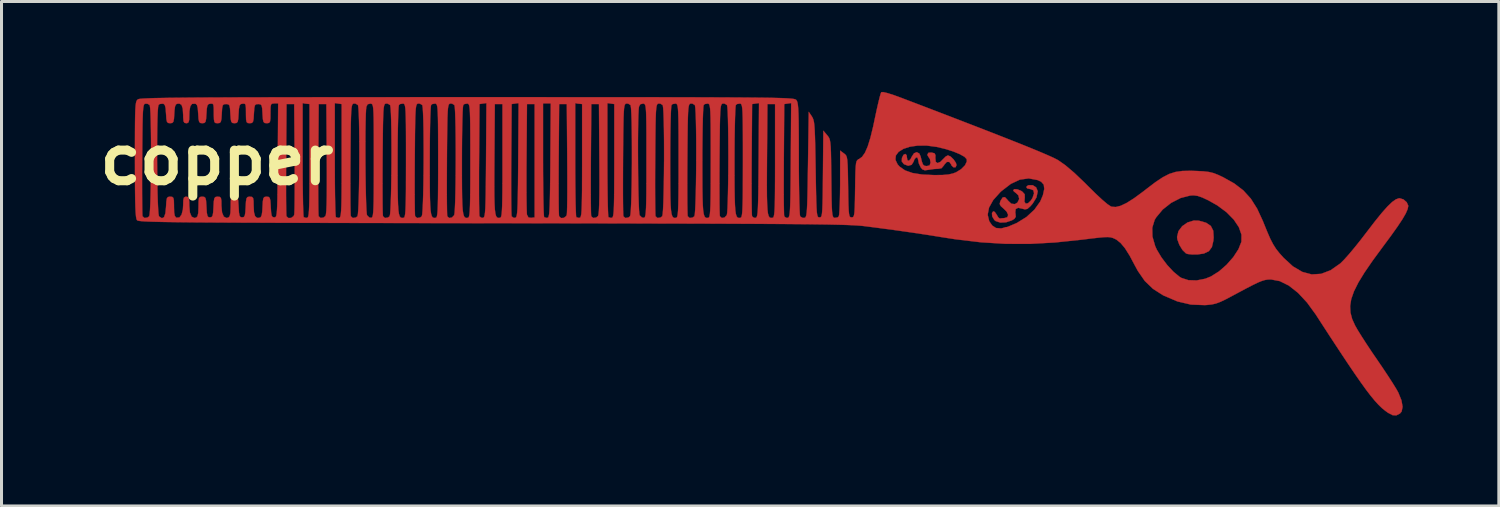
<source format=kicad_pcb>
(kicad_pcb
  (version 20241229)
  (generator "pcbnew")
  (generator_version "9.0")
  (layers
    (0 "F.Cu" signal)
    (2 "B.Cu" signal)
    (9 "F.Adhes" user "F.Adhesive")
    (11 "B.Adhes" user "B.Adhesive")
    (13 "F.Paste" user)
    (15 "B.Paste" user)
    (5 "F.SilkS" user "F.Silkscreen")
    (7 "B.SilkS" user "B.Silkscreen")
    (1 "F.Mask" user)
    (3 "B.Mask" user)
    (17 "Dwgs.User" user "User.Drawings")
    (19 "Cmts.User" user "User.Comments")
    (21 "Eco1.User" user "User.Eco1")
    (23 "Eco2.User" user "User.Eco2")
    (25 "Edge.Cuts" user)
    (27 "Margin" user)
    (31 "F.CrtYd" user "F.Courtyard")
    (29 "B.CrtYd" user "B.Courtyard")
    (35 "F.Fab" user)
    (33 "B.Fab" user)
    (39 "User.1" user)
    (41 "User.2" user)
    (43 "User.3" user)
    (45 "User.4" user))
  (footprint "copper"
    (layer "F.Cu")
    (at 4.144 2.256)
    (property "Reference" "copper" (at 0 0 0) (layer "F.SilkS") (effects (font (size 1.524 1.524) (thickness 0.3))))
    (attr through_hole)
    (fp_poly (pts (xy 32.572 2.014) (xy 32.816 2.083) (xy 32.972 2.189) (xy 33.052 2.347) (xy 33.066 2.572) (xy 33.057 2.676) (xy 33.008 2.888) (xy 32.907 3.026) (xy 32.74 3.105) (xy 32.527 3.135) (xy 32.351 3.136) (xy 32.208 3.12) (xy 32.148 3.1) (xy 32.032 2.987) (xy 31.929 2.818) (xy 31.863 2.64) (xy 31.852 2.554) (xy 31.898 2.363) (xy 32.022 2.197) (xy 32.2 2.073) (xy 32.406 2.01) (xy 32.572 2.014)) (stroke (width 0.01) (type solid)) (fill yes) (layer "F.Cu"))
    (fp_poly (pts (xy 23.302 -0.213) (xy 23.346 -0.114) (xy 23.388 0.058) (xy 23.425 0.154) (xy 23.473 0.194) (xy 23.545 0.203) (xy 23.549 0.203) (xy 23.644 0.181) (xy 23.673 0.094) (xy 23.673 0.079) (xy 23.654 -0.028) (xy 23.622 -0.076) (xy 23.576 -0.149) (xy 23.571 -0.184) (xy 23.607 -0.24) (xy 23.711 -0.245) (xy 23.806 -0.221) (xy 23.838 -0.16) (xy 23.834 -0.064) (xy 23.847 0.061) (xy 23.907 0.104) (xy 24.002 0.063) (xy 24.088 -0.025) (xy 24.177 -0.114) (xy 24.251 -0.152) (xy 24.252 -0.152) (xy 24.34 -0.113) (xy 24.438 -0.018) (xy 24.514 0.093) (xy 24.536 0.168) (xy 24.506 0.241) (xy 24.439 0.246) (xy 24.374 0.188) (xy 24.359 0.152) (xy 24.297 0.065) (xy 24.214 0.066) (xy 24.134 0.151) (xy 24.122 0.175) (xy 24.039 0.274) (xy 23.933 0.293) (xy 23.79 0.3) (xy 23.625 0.324) (xy 23.615 0.326) (xy 23.484 0.343) (xy 23.403 0.312) (xy 23.349 0.247) (xy 23.286 0.115) (xy 23.266 0.01) (xy 23.244 -0.076) (xy 23.193 -0.083) (xy 23.138 -0.017) (xy 23.113 0.055) (xy 23.047 0.161) (xy 22.932 0.193) (xy 22.798 0.143) (xy 22.789 0.137) (xy 22.72 0.049) (xy 22.726 -0.068) (xy 22.776 -0.169) (xy 22.837 -0.2) (xy 22.882 -0.158) (xy 22.889 -0.094) (xy 22.907 0.009) (xy 22.958 0.026) (xy 23.02 -0.042) (xy 23.047 -0.101) (xy 23.125 -0.221) (xy 23.218 -0.258) (xy 23.302 -0.213)) (stroke (width 0.01) (type solid)) (fill yes) (layer "F.Cu"))
    (fp_poly (pts (xy 27.177 0.909) (xy 27.228 1.032) (xy 27.229 1.047) (xy 27.188 1.243) (xy 27.062 1.448) (xy 26.988 1.533) (xy 26.889 1.622) (xy 26.804 1.64) (xy 26.731 1.62) (xy 26.581 1.587) (xy 26.498 1.629) (xy 26.486 1.744) (xy 26.492 1.775) (xy 26.501 1.885) (xy 26.453 1.955) (xy 26.371 2.004) (xy 26.178 2.069) (xy 25.988 2.077) (xy 25.834 2.027) (xy 25.789 1.99) (xy 25.719 1.871) (xy 25.712 1.761) (xy 25.752 1.704) (xy 25.804 1.723) (xy 25.865 1.81) (xy 25.867 1.815) (xy 25.925 1.91) (xy 25.971 1.943) (xy 25.972 1.943) (xy 26.05 1.933) (xy 26.113 1.93) (xy 26.22 1.901) (xy 26.249 1.824) (xy 26.201 1.717) (xy 26.109 1.624) (xy 26.004 1.53) (xy 25.968 1.46) (xy 25.986 1.38) (xy 25.998 1.352) (xy 26.068 1.243) (xy 26.141 1.234) (xy 26.227 1.323) (xy 26.243 1.346) (xy 26.353 1.451) (xy 26.473 1.465) (xy 26.558 1.412) (xy 26.616 1.295) (xy 26.586 1.172) (xy 26.518 1.106) (xy 26.438 1.042) (xy 26.416 1.004) (xy 26.455 0.968) (xy 26.55 0.974) (xy 26.666 1.018) (xy 26.714 1.047) (xy 26.798 1.138) (xy 26.8 1.253) (xy 26.789 1.386) (xy 26.832 1.447) (xy 26.909 1.435) (xy 27 1.349) (xy 27.057 1.259) (xy 27.108 1.106) (xy 27.084 1.005) (xy 26.988 0.965) (xy 26.979 0.965) (xy 26.879 0.943) (xy 26.85 0.895) (xy 26.904 0.845) (xy 26.921 0.839) (xy 27.063 0.837) (xy 27.177 0.909)) (stroke (width 0.01) (type solid)) (fill yes) (layer "F.Cu"))
    (fp_poly (pts (xy 22.252 -2.216) (xy 22.464 -2.148) (xy 22.689 -2.066) (xy 23.566 -1.732) (xy 24.351 -1.431) (xy 25.048 -1.162) (xy 25.66 -0.925) (xy 26.191 -0.717) (xy 26.646 -0.537) (xy 27.026 -0.383) (xy 27.336 -0.255) (xy 27.58 -0.15) (xy 27.761 -0.068) (xy 27.882 -0.006) (xy 27.906 0.007) (xy 28.146 0.175) (xy 28.442 0.426) (xy 28.794 0.762) (xy 28.896 0.865) (xy 29.156 1.121) (xy 29.375 1.325) (xy 29.545 1.468) (xy 29.659 1.543) (xy 29.682 1.552) (xy 29.82 1.561) (xy 29.983 1.52) (xy 30.182 1.425) (xy 30.426 1.27) (xy 30.728 1.048) (xy 30.836 0.964) (xy 31.13 0.74) (xy 31.374 0.577) (xy 31.59 0.465) (xy 31.801 0.398) (xy 32.032 0.365) (xy 32.305 0.36) (xy 32.48 0.365) (xy 32.729 0.377) (xy 32.912 0.399) (xy 33.064 0.436) (xy 33.223 0.499) (xy 33.376 0.571) (xy 33.748 0.779) (xy 34.05 1.01) (xy 34.298 1.283) (xy 34.509 1.617) (xy 34.701 2.032) (xy 34.721 2.083) (xy 34.845 2.387) (xy 34.946 2.619) (xy 35.039 2.798) (xy 35.134 2.948) (xy 35.246 3.09) (xy 35.384 3.244) (xy 35.695 3.53) (xy 36.007 3.714) (xy 36.319 3.797) (xy 36.632 3.778) (xy 36.946 3.658) (xy 37.262 3.437) (xy 37.277 3.423) (xy 37.394 3.307) (xy 37.555 3.127) (xy 37.745 2.9) (xy 37.948 2.646) (xy 38.128 2.412) (xy 38.409 2.046) (xy 38.642 1.758) (xy 38.833 1.543) (xy 38.987 1.395) (xy 39.113 1.306) (xy 39.215 1.271) (xy 39.235 1.27) (xy 39.363 1.309) (xy 39.471 1.403) (xy 39.521 1.517) (xy 39.521 1.528) (xy 39.5 1.632) (xy 39.438 1.775) (xy 39.328 1.965) (xy 39.166 2.209) (xy 38.948 2.515) (xy 38.67 2.89) (xy 38.337 3.343) (xy 38.07 3.732) (xy 37.865 4.067) (xy 37.72 4.358) (xy 37.63 4.614) (xy 37.593 4.846) (xy 37.604 5.063) (xy 37.66 5.276) (xy 37.755 5.487) (xy 37.84 5.637) (xy 37.971 5.848) (xy 38.135 6.102) (xy 38.318 6.378) (xy 38.491 6.63) (xy 38.677 6.903) (xy 38.853 7.168) (xy 39.006 7.405) (xy 39.124 7.596) (xy 39.192 7.718) (xy 39.296 7.975) (xy 39.333 8.188) (xy 39.301 8.346) (xy 39.244 8.413) (xy 39.125 8.473) (xy 39.003 8.466) (xy 38.852 8.388) (xy 38.752 8.316) (xy 38.647 8.23) (xy 38.537 8.124) (xy 38.417 7.993) (xy 38.282 7.83) (xy 38.127 7.628) (xy 37.948 7.38) (xy 37.739 7.08) (xy 37.497 6.722) (xy 37.216 6.298) (xy 36.891 5.803) (xy 36.518 5.228) (xy 36.458 5.134) (xy 36.165 4.731) (xy 35.864 4.408) (xy 35.56 4.168) (xy 35.259 4.019) (xy 34.969 3.964) (xy 34.947 3.964) (xy 34.856 3.968) (xy 34.768 3.982) (xy 34.667 4.012) (xy 34.539 4.064) (xy 34.371 4.145) (xy 34.148 4.26) (xy 33.856 4.416) (xy 33.71 4.494) (xy 33.469 4.622) (xy 33.288 4.708) (xy 33.143 4.762) (xy 33.006 4.793) (xy 32.851 4.81) (xy 32.77 4.815) (xy 32.314 4.798) (xy 31.864 4.693) (xy 31.402 4.496) (xy 31.383 4.486) (xy 31.053 4.275) (xy 30.781 4.013) (xy 30.549 3.678) (xy 30.451 3.497) (xy 30.276 3.169) (xy 30.123 2.926) (xy 29.981 2.756) (xy 29.842 2.645) (xy 29.791 2.618) (xy 29.72 2.587) (xy 29.648 2.567) (xy 29.559 2.558) (xy 29.436 2.561) (xy 29.262 2.577) (xy 29.02 2.604) (xy 28.709 2.643) (xy 27.809 2.737) (xy 26.969 2.784) (xy 26.159 2.782) (xy 25.351 2.732) (xy 24.513 2.633) (xy 24.079 2.566) (xy 23.581 2.486) (xy 23.067 2.409) (xy 22.512 2.33) (xy 21.895 2.248) (xy 21.488 2.196) (xy 21.409 2.187) (xy 21.316 2.179) (xy 21.204 2.171) (xy 21.07 2.164) (xy 20.91 2.157) (xy 20.719 2.151) (xy 20.494 2.146) (xy 20.232 2.14) (xy 19.926 2.136) (xy 19.575 2.131) (xy 19.173 2.128) (xy 18.718 2.124) (xy 18.204 2.121) (xy 17.628 2.118) (xy 16.986 2.115) (xy 16.274 2.112) (xy 15.487 2.11) (xy 14.623 2.108) (xy 13.676 2.105) (xy 12.644 2.103) (xy 11.521 2.101) (xy 10.304 2.099) (xy 9.136 2.098) (xy 7.844 2.096) (xy 6.65 2.094) (xy 5.55 2.092) (xy 4.539 2.09) (xy 3.615 2.088) (xy 2.774 2.086) (xy 2.011 2.084) (xy 1.323 2.081) (xy 0.705 2.079) (xy 0.155 2.076) (xy -0.332 2.073) (xy -0.759 2.07) (xy -1.131 2.066) (xy -1.451 2.062) (xy -1.724 2.058) (xy -1.952 2.053) (xy -2.139 2.048) (xy -2.291 2.043) (xy -2.41 2.037) (xy -2.5 2.03) (xy -2.565 2.023) (xy -2.609 2.015) (xy -2.636 2.007) (xy -2.649 1.997) (xy -2.649 1.997) (xy -2.668 1.957) (xy -2.682 1.878) (xy -2.694 1.751) (xy -2.703 1.569) (xy -2.71 1.321) (xy -2.714 1) (xy -2.716 0.79) (xy -2.481 0.79) (xy -2.48 1.139) (xy -2.478 1.433) (xy -2.475 1.66) (xy -2.471 1.809) (xy -2.466 1.867) (xy -2.4 1.925) (xy -2.302 1.911) (xy -2.245 1.869) (xy -2.231 1.806) (xy -2.218 1.655) (xy -2.207 1.43) (xy -2.199 1.147) (xy -2.192 0.819) (xy -2.187 0.46) (xy -2.184 0.085) (xy -2.183 -0.293) (xy -2.183 -0.38) (xy -1.983 -0.38) (xy -1.983 -0.004) (xy -1.98 0.374) (xy -1.975 0.738) (xy -1.969 1.075) (xy -1.96 1.37) (xy -1.949 1.609) (xy -1.937 1.779) (xy -1.922 1.865) (xy -1.919 1.871) (xy -1.823 1.933) (xy -1.753 1.899) (xy -1.708 1.769) (xy -1.687 1.562) (xy -1.676 1.38) (xy -1.659 1.277) (xy -1.626 1.231) (xy -1.568 1.219) (xy -1.547 1.219) (xy -1.48 1.225) (xy -1.443 1.259) (xy -1.426 1.342) (xy -1.422 1.499) (xy -1.422 1.551) (xy -1.417 1.741) (xy -1.396 1.853) (xy -1.356 1.907) (xy -1.339 1.915) (xy -1.242 1.908) (xy -1.17 1.812) (xy -1.127 1.641) (xy -1.118 1.489) (xy -1.113 1.331) (xy -1.093 1.25) (xy -1.047 1.221) (xy -1.016 1.219) (xy -0.959 1.231) (xy -0.928 1.28) (xy -0.916 1.392) (xy -0.914 1.518) (xy -0.895 1.743) (xy -0.838 1.88) (xy -0.745 1.925) (xy -0.686 1.912) (xy -0.642 1.866) (xy -0.617 1.758) (xy -0.61 1.57) (xy -0.61 1.551) (xy -0.607 1.373) (xy -0.595 1.274) (xy -0.563 1.23) (xy -0.504 1.219) (xy -0.485 1.219) (xy -0.419 1.226) (xy -0.38 1.26) (xy -0.359 1.345) (xy -0.348 1.503) (xy -0.345 1.562) (xy -0.334 1.745) (xy -0.315 1.849) (xy -0.282 1.895) (xy -0.229 1.905) (xy -0.174 1.894) (xy -0.141 1.846) (xy -0.123 1.739) (xy -0.112 1.562) (xy -0.102 1.38) (xy -0.085 1.278) (xy -0.052 1.231) (xy 0.006 1.219) (xy 0.028 1.219) (xy 0.097 1.226) (xy 0.135 1.263) (xy 0.15 1.354) (xy 0.152 1.518) (xy 0.172 1.743) (xy 0.229 1.88) (xy 0.322 1.925) (xy 0.38 1.912) (xy 0.425 1.866) (xy 0.449 1.758) (xy 0.457 1.57) (xy 0.457 1.551) (xy 0.459 1.373) (xy 0.472 1.274) (xy 0.503 1.23) (xy 0.562 1.219) (xy 0.582 1.219) (xy 0.648 1.226) (xy 0.687 1.26) (xy 0.708 1.345) (xy 0.719 1.503) (xy 0.722 1.562) (xy 0.733 1.745) (xy 0.752 1.849) (xy 0.785 1.895) (xy 0.838 1.905) (xy 0.893 1.894) (xy 0.926 1.846) (xy 0.944 1.739) (xy 0.955 1.562) (xy 0.965 1.38) (xy 0.982 1.278) (xy 1.015 1.231) (xy 1.073 1.219) (xy 1.095 1.219) (xy 1.165 1.226) (xy 1.202 1.264) (xy 1.217 1.357) (xy 1.22 1.511) (xy 1.231 1.732) (xy 1.267 1.865) (xy 1.334 1.922) (xy 1.403 1.922) (xy 1.456 1.897) (xy 1.488 1.83) (xy 1.506 1.701) (xy 1.514 1.562) (xy 1.524 1.38) (xy 1.541 1.277) (xy 1.574 1.231) (xy 1.632 1.219) (xy 1.651 1.219) (xy 1.716 1.226) (xy 1.754 1.262) (xy 1.775 1.348) (xy 1.786 1.508) (xy 1.788 1.562) (xy 1.8 1.745) (xy 1.818 1.849) (xy 1.852 1.895) (xy 1.905 1.905) (xy 1.931 1.902) (xy 1.953 1.888) (xy 1.97 1.852) (xy 1.983 1.785) (xy 1.993 1.678) (xy 2.001 1.521) (xy 2.007 1.303) (xy 2.011 1.017) (xy 2.014 0.789) (xy 2.295 0.789) (xy 2.295 1.138) (xy 2.297 1.432) (xy 2.3 1.66) (xy 2.304 1.809) (xy 2.309 1.867) (xy 2.374 1.927) (xy 2.467 1.922) (xy 2.546 1.862) (xy 2.566 1.816) (xy 2.572 1.74) (xy 2.577 1.574) (xy 2.58 1.332) (xy 2.582 1.026) (xy 2.583 0.668) (xy 2.582 0.272) (xy 2.58 -0.012) (xy 2.845 -0.012) (xy 2.846 0.415) (xy 2.848 0.81) (xy 2.853 1.161) (xy 2.858 1.456) (xy 2.865 1.685) (xy 2.872 1.836) (xy 2.88 1.898) (xy 2.88 1.898) (xy 2.956 1.922) (xy 2.995 1.919) (xy 3.015 1.905) (xy 3.032 1.867) (xy 3.045 1.796) (xy 3.055 1.681) (xy 3.063 1.513) (xy 3.068 1.284) (xy 3.071 0.982) (xy 3.072 0.789) (xy 3.361 0.789) (xy 3.362 1.138) (xy 3.364 1.432) (xy 3.367 1.66) (xy 3.371 1.809) (xy 3.376 1.867) (xy 3.441 1.924) (xy 3.537 1.912) (xy 3.601 1.861) (xy 3.618 1.805) (xy 3.631 1.679) (xy 3.64 1.477) (xy 3.646 1.193) (xy 3.648 0.823) (xy 3.648 0.36) (xy 3.646 -0.012) (xy 3.912 -0.012) (xy 3.913 0.415) (xy 3.915 0.81) (xy 3.919 1.161) (xy 3.925 1.456) (xy 3.931 1.685) (xy 3.939 1.836) (xy 3.947 1.898) (xy 3.947 1.898) (xy 4.023 1.922) (xy 4.062 1.919) (xy 4.082 1.905) (xy 4.099 1.867) (xy 4.112 1.796) (xy 4.122 1.681) (xy 4.13 1.513) (xy 4.135 1.284) (xy 4.138 0.982) (xy 4.139 0.79) (xy 4.428 0.79) (xy 4.429 1.139) (xy 4.43 1.433) (xy 4.434 1.66) (xy 4.438 1.809) (xy 4.443 1.867) (xy 4.508 1.925) (xy 4.607 1.911) (xy 4.663 1.869) (xy 4.678 1.806) (xy 4.69 1.655) (xy 4.701 1.43) (xy 4.71 1.147) (xy 4.717 0.819) (xy 4.722 0.46) (xy 4.725 0.085) (xy 4.726 -0.246) (xy 4.927 -0.246) (xy 4.928 0.13) (xy 4.932 0.503) (xy 4.937 0.857) (xy 4.944 1.178) (xy 4.952 1.451) (xy 4.962 1.661) (xy 4.973 1.795) (xy 4.982 1.835) (xy 5.058 1.909) (xy 5.122 1.92) (xy 5.144 1.909) (xy 5.162 1.879) (xy 5.176 1.82) (xy 5.187 1.723) (xy 5.195 1.579) (xy 5.201 1.376) (xy 5.204 1.107) (xy 5.206 0.79) (xy 5.495 0.79) (xy 5.496 1.139) (xy 5.497 1.433) (xy 5.5 1.66) (xy 5.505 1.809) (xy 5.51 1.867) (xy 5.575 1.925) (xy 5.674 1.911) (xy 5.73 1.869) (xy 5.745 1.806) (xy 5.757 1.655) (xy 5.768 1.43) (xy 5.777 1.147) (xy 5.784 0.819) (xy 5.789 0.46) (xy 5.792 0.085) (xy 5.792 0.028) (xy 5.995 0.028) (xy 5.995 0.521) (xy 5.997 0.922) (xy 6.002 1.241) (xy 6.01 1.485) (xy 6.022 1.665) (xy 6.04 1.789) (xy 6.065 1.868) (xy 6.097 1.909) (xy 6.138 1.924) (xy 6.188 1.92) (xy 6.197 1.918) (xy 6.217 1.904) (xy 6.233 1.865) (xy 6.246 1.79) (xy 6.256 1.67) (xy 6.263 1.497) (xy 6.269 1.26) (xy 6.272 0.951) (xy 6.272 0.79) (xy 6.562 0.79) (xy 6.562 1.139) (xy 6.564 1.433) (xy 6.567 1.66) (xy 6.571 1.809) (xy 6.576 1.867) (xy 6.642 1.925) (xy 6.741 1.911) (xy 6.797 1.869) (xy 6.811 1.806) (xy 6.824 1.655) (xy 6.835 1.43) (xy 6.844 1.147) (xy 6.851 0.819) (xy 6.856 0.46) (xy 6.859 0.085) (xy 6.859 0.028) (xy 7.062 0.028) (xy 7.062 0.521) (xy 7.064 0.922) (xy 7.068 1.241) (xy 7.077 1.485) (xy 7.089 1.665) (xy 7.107 1.789) (xy 7.132 1.868) (xy 7.164 1.909) (xy 7.205 1.924) (xy 7.255 1.92) (xy 7.263 1.918) (xy 7.284 1.904) (xy 7.3 1.865) (xy 7.313 1.79) (xy 7.323 1.67) (xy 7.33 1.497) (xy 7.335 1.26) (xy 7.338 0.951) (xy 7.339 0.79) (xy 7.629 0.79) (xy 7.629 1.139) (xy 7.631 1.433) (xy 7.634 1.66) (xy 7.638 1.809) (xy 7.643 1.867) (xy 7.706 1.925) (xy 7.796 1.911) (xy 7.872 1.832) (xy 7.885 1.758) (xy 7.896 1.598) (xy 7.906 1.365) (xy 7.913 1.075) (xy 7.919 0.742) (xy 7.922 0.38) (xy 7.924 0.028) (xy 8.129 0.028) (xy 8.129 0.521) (xy 8.131 0.922) (xy 8.135 1.241) (xy 8.143 1.485) (xy 8.156 1.665) (xy 8.174 1.789) (xy 8.199 1.868) (xy 8.231 1.909) (xy 8.272 1.924) (xy 8.322 1.92) (xy 8.33 1.918) (xy 8.35 1.904) (xy 8.367 1.865) (xy 8.38 1.79) (xy 8.39 1.67) (xy 8.397 1.497) (xy 8.402 1.26) (xy 8.405 0.951) (xy 8.406 0.79) (xy 8.696 0.79) (xy 8.696 1.139) (xy 8.698 1.434) (xy 8.702 1.662) (xy 8.706 1.812) (xy 8.711 1.87) (xy 8.776 1.92) (xy 8.826 1.921) (xy 8.849 1.911) (xy 8.868 1.883) (xy 8.883 1.829) (xy 8.895 1.738) (xy 8.905 1.602) (xy 8.912 1.41) (xy 8.918 1.152) (xy 8.921 0.88) (xy 9.203 0.88) (xy 9.205 1.206) (xy 9.211 1.458) (xy 9.222 1.645) (xy 9.239 1.776) (xy 9.262 1.86) (xy 9.293 1.906) (xy 9.333 1.923) (xy 9.381 1.921) (xy 9.393 1.919) (xy 9.414 1.907) (xy 9.432 1.872) (xy 9.445 1.805) (xy 9.455 1.696) (xy 9.463 1.537) (xy 9.468 1.317) (xy 9.472 1.027) (xy 9.473 0.79) (xy 9.762 0.79) (xy 9.763 1.139) (xy 9.765 1.434) (xy 9.768 1.662) (xy 9.773 1.812) (xy 9.778 1.87) (xy 9.842 1.92) (xy 9.893 1.921) (xy 9.916 1.911) (xy 9.935 1.883) (xy 9.95 1.829) (xy 9.962 1.738) (xy 9.972 1.602) (xy 9.979 1.41) (xy 9.984 1.152) (xy 9.989 0.82) (xy 9.99 0.735) (xy 10.27 0.735) (xy 10.27 1.085) (xy 10.273 1.381) (xy 10.277 1.611) (xy 10.282 1.763) (xy 10.287 1.819) (xy 10.338 1.909) (xy 10.428 1.921) (xy 10.541 1.905) (xy 10.541 -1.854) (xy 10.287 -1.854) (xy 10.273 -0.076) (xy 10.27 0.344) (xy 10.27 0.735) (xy 9.99 0.735) (xy 9.993 0.404) (xy 9.996 0.008) (xy 10.009 -1.88) (xy 10.82 -1.88) (xy 10.82 -0.008) (xy 10.821 0.418) (xy 10.824 0.812) (xy 10.828 1.163) (xy 10.834 1.458) (xy 10.84 1.687) (xy 10.848 1.837) (xy 10.856 1.898) (xy 10.856 1.898) (xy 10.932 1.922) (xy 10.97 1.919) (xy 10.991 1.905) (xy 11.008 1.866) (xy 11.022 1.793) (xy 11.032 1.677) (xy 11.041 1.507) (xy 11.048 1.274) (xy 11.053 0.97) (xy 11.055 0.789) (xy 11.337 0.789) (xy 11.338 1.138) (xy 11.339 1.432) (xy 11.342 1.66) (xy 11.347 1.809) (xy 11.352 1.867) (xy 11.416 1.927) (xy 11.509 1.922) (xy 11.588 1.862) (xy 11.608 1.816) (xy 11.614 1.74) (xy 11.619 1.574) (xy 11.623 1.332) (xy 11.625 1.026) (xy 11.625 0.668) (xy 11.624 0.272) (xy 11.622 -0.012) (xy 11.887 -0.012) (xy 11.888 0.415) (xy 11.891 0.81) (xy 11.895 1.161) (xy 11.9 1.456) (xy 11.907 1.685) (xy 11.914 1.836) (xy 11.922 1.898) (xy 11.923 1.898) (xy 11.999 1.922) (xy 12.037 1.919) (xy 12.058 1.905) (xy 12.074 1.867) (xy 12.088 1.796) (xy 12.098 1.681) (xy 12.105 1.513) (xy 12.11 1.284) (xy 12.114 0.982) (xy 12.114 0.789) (xy 12.404 0.789) (xy 12.404 1.138) (xy 12.406 1.432) (xy 12.409 1.66) (xy 12.413 1.809) (xy 12.418 1.867) (xy 12.483 1.924) (xy 12.579 1.912) (xy 12.644 1.861) (xy 12.66 1.805) (xy 12.673 1.679) (xy 12.682 1.477) (xy 12.688 1.193) (xy 12.691 0.823) (xy 12.69 0.36) (xy 12.688 -0.012) (xy 12.954 -0.012) (xy 12.955 0.415) (xy 12.958 0.81) (xy 12.962 1.161) (xy 12.967 1.456) (xy 12.974 1.685) (xy 12.981 1.836) (xy 12.989 1.898) (xy 12.99 1.898) (xy 13.065 1.922) (xy 13.104 1.919) (xy 13.124 1.905) (xy 13.141 1.867) (xy 13.154 1.796) (xy 13.165 1.681) (xy 13.172 1.513) (xy 13.177 1.284) (xy 13.18 0.982) (xy 13.181 0.79) (xy 13.471 0.79) (xy 13.471 1.139) (xy 13.473 1.433) (xy 13.476 1.66) (xy 13.48 1.809) (xy 13.485 1.867) (xy 13.551 1.925) (xy 13.649 1.911) (xy 13.706 1.869) (xy 13.72 1.806) (xy 13.733 1.655) (xy 13.744 1.43) (xy 13.753 1.147) (xy 13.76 0.819) (xy 13.765 0.46) (xy 13.768 0.085) (xy 13.768 -0.246) (xy 13.969 -0.246) (xy 13.971 0.13) (xy 13.974 0.503) (xy 13.979 0.857) (xy 13.986 1.178) (xy 13.995 1.451) (xy 14.004 1.661) (xy 14.016 1.795) (xy 14.024 1.835) (xy 14.1 1.909) (xy 14.164 1.92) (xy 14.186 1.909) (xy 14.204 1.879) (xy 14.218 1.82) (xy 14.229 1.723) (xy 14.237 1.579) (xy 14.243 1.376) (xy 14.247 1.107) (xy 14.248 0.79) (xy 14.537 0.79) (xy 14.538 1.139) (xy 14.54 1.433) (xy 14.543 1.66) (xy 14.547 1.809) (xy 14.552 1.867) (xy 14.618 1.925) (xy 14.716 1.911) (xy 14.773 1.869) (xy 14.787 1.806) (xy 14.8 1.655) (xy 14.811 1.43) (xy 14.819 1.147) (xy 14.826 0.819) (xy 14.831 0.46) (xy 14.834 0.085) (xy 14.835 0.028) (xy 15.038 0.028) (xy 15.038 0.521) (xy 15.04 0.922) (xy 15.044 1.241) (xy 15.052 1.485) (xy 15.065 1.665) (xy 15.083 1.789) (xy 15.108 1.868) (xy 15.14 1.909) (xy 15.18 1.924) (xy 15.231 1.92) (xy 15.239 1.918) (xy 15.259 1.904) (xy 15.276 1.865) (xy 15.289 1.79) (xy 15.299 1.67) (xy 15.306 1.497) (xy 15.311 1.26) (xy 15.314 0.951) (xy 15.315 0.79) (xy 15.604 0.79) (xy 15.605 1.139) (xy 15.606 1.433) (xy 15.61 1.66) (xy 15.614 1.809) (xy 15.619 1.867) (xy 15.684 1.925) (xy 15.783 1.911) (xy 15.839 1.869) (xy 15.854 1.806) (xy 15.866 1.655) (xy 15.877 1.43) (xy 15.886 1.147) (xy 15.893 0.819) (xy 15.898 0.46) (xy 15.901 0.085) (xy 15.901 0.028) (xy 16.104 0.028) (xy 16.105 0.521) (xy 16.106 0.922) (xy 16.111 1.241) (xy 16.119 1.485) (xy 16.131 1.665) (xy 16.15 1.789) (xy 16.174 1.868) (xy 16.207 1.909) (xy 16.247 1.924) (xy 16.298 1.92) (xy 16.306 1.918) (xy 16.326 1.904) (xy 16.342 1.865) (xy 16.355 1.79) (xy 16.365 1.67) (xy 16.373 1.497) (xy 16.378 1.26) (xy 16.381 0.951) (xy 16.382 0.79) (xy 16.671 0.79) (xy 16.672 1.139) (xy 16.673 1.433) (xy 16.676 1.66) (xy 16.681 1.809) (xy 16.686 1.867) (xy 16.749 1.925) (xy 16.838 1.911) (xy 16.915 1.832) (xy 16.928 1.758) (xy 16.939 1.598) (xy 16.948 1.365) (xy 16.955 1.075) (xy 16.961 0.742) (xy 16.965 0.38) (xy 16.966 0.028) (xy 17.171 0.028) (xy 17.171 0.521) (xy 17.173 0.922) (xy 17.178 1.241) (xy 17.186 1.485) (xy 17.198 1.665) (xy 17.216 1.789) (xy 17.241 1.868) (xy 17.273 1.909) (xy 17.314 1.924) (xy 17.364 1.92) (xy 17.373 1.918) (xy 17.393 1.904) (xy 17.409 1.865) (xy 17.422 1.79) (xy 17.432 1.67) (xy 17.439 1.497) (xy 17.445 1.26) (xy 17.448 0.951) (xy 17.448 0.79) (xy 17.738 0.79) (xy 17.739 1.139) (xy 17.741 1.434) (xy 17.744 1.662) (xy 17.748 1.812) (xy 17.754 1.87) (xy 17.818 1.92) (xy 17.869 1.921) (xy 17.892 1.911) (xy 17.911 1.883) (xy 17.926 1.829) (xy 17.938 1.738) (xy 17.947 1.602) (xy 17.954 1.41) (xy 17.96 1.152) (xy 17.964 0.88) (xy 18.245 0.88) (xy 18.247 1.206) (xy 18.254 1.458) (xy 18.265 1.645) (xy 18.281 1.776) (xy 18.305 1.86) (xy 18.336 1.906) (xy 18.375 1.923) (xy 18.424 1.921) (xy 18.436 1.919) (xy 18.457 1.907) (xy 18.474 1.872) (xy 18.487 1.805) (xy 18.498 1.696) (xy 18.506 1.537) (xy 18.511 1.317) (xy 18.514 1.027) (xy 18.515 0.79) (xy 18.805 0.79) (xy 18.805 1.139) (xy 18.807 1.434) (xy 18.811 1.662) (xy 18.815 1.812) (xy 18.821 1.87) (xy 18.885 1.92) (xy 18.936 1.921) (xy 18.959 1.911) (xy 18.977 1.883) (xy 18.993 1.829) (xy 19.005 1.738) (xy 19.014 1.602) (xy 19.021 1.41) (xy 19.027 1.152) (xy 19.031 0.82) (xy 19.035 0.404) (xy 19.038 0.008) (xy 19.051 -1.887) (xy 18.936 -1.871) (xy 18.821 -1.854) (xy 18.808 -0.026) (xy 18.806 0.397) (xy 18.805 0.79) (xy 18.515 0.79) (xy 18.516 0.658) (xy 18.517 0.199) (xy 18.517 0.025) (xy 18.517 -1.854) (xy 18.263 -1.854) (xy 18.249 -0.031) (xy 18.246 0.471) (xy 18.245 0.88) (xy 17.964 0.88) (xy 17.964 0.82) (xy 17.968 0.404) (xy 17.971 0.008) (xy 17.984 -1.887) (xy 17.87 -1.871) (xy 17.755 -1.854) (xy 17.741 -0.026) (xy 17.739 0.397) (xy 17.738 0.79) (xy 17.448 0.79) (xy 17.449 0.559) (xy 17.45 0.077) (xy 17.45 0.025) (xy 17.45 -0.461) (xy 17.449 -0.856) (xy 17.447 -1.168) (xy 17.443 -1.408) (xy 17.437 -1.585) (xy 17.428 -1.71) (xy 17.416 -1.791) (xy 17.4 -1.838) (xy 17.381 -1.861) (xy 17.356 -1.871) (xy 17.354 -1.871) (xy 17.254 -1.855) (xy 17.215 -1.821) (xy 17.205 -1.756) (xy 17.196 -1.601) (xy 17.188 -1.369) (xy 17.181 -1.071) (xy 17.175 -0.72) (xy 17.172 -0.328) (xy 17.171 0.028) (xy 16.966 0.028) (xy 16.967 0.003) (xy 16.966 -0.373) (xy 16.964 -0.735) (xy 16.96 -1.068) (xy 16.954 -1.357) (xy 16.946 -1.589) (xy 16.935 -1.748) (xy 16.923 -1.82) (xy 16.922 -1.821) (xy 16.842 -1.87) (xy 16.783 -1.871) (xy 16.758 -1.862) (xy 16.738 -1.839) (xy 16.722 -1.792) (xy 16.709 -1.711) (xy 16.699 -1.587) (xy 16.692 -1.41) (xy 16.686 -1.169) (xy 16.682 -0.855) (xy 16.678 -0.457) (xy 16.674 -0.025) (xy 16.672 0.398) (xy 16.671 0.79) (xy 16.382 0.79) (xy 16.382 0.559) (xy 16.383 0.077) (xy 16.383 0.025) (xy 16.383 -0.461) (xy 16.382 -0.856) (xy 16.38 -1.168) (xy 16.376 -1.408) (xy 16.37 -1.585) (xy 16.361 -1.71) (xy 16.349 -1.791) (xy 16.334 -1.838) (xy 16.314 -1.861) (xy 16.289 -1.871) (xy 16.287 -1.871) (xy 16.187 -1.855) (xy 16.149 -1.821) (xy 16.138 -1.756) (xy 16.129 -1.601) (xy 16.121 -1.369) (xy 16.114 -1.071) (xy 16.109 -0.72) (xy 16.105 -0.328) (xy 16.104 0.028) (xy 15.901 0.028) (xy 15.902 -0.293) (xy 15.901 -0.659) (xy 15.897 -0.998) (xy 15.891 -1.298) (xy 15.883 -1.543) (xy 15.872 -1.719) (xy 15.859 -1.813) (xy 15.855 -1.821) (xy 15.775 -1.87) (xy 15.717 -1.871) (xy 15.691 -1.862) (xy 15.671 -1.839) (xy 15.655 -1.792) (xy 15.642 -1.711) (xy 15.632 -1.587) (xy 15.625 -1.41) (xy 15.619 -1.169) (xy 15.615 -0.855) (xy 15.611 -0.457) (xy 15.608 -0.025) (xy 15.605 0.398) (xy 15.604 0.79) (xy 15.315 0.79) (xy 15.316 0.559) (xy 15.316 0.077) (xy 15.316 0.025) (xy 15.316 -0.461) (xy 15.315 -0.856) (xy 15.313 -1.168) (xy 15.309 -1.408) (xy 15.303 -1.585) (xy 15.294 -1.71) (xy 15.282 -1.791) (xy 15.267 -1.838) (xy 15.247 -1.861) (xy 15.223 -1.871) (xy 15.221 -1.871) (xy 15.12 -1.855) (xy 15.082 -1.821) (xy 15.072 -1.756) (xy 15.062 -1.601) (xy 15.054 -1.369) (xy 15.047 -1.071) (xy 15.042 -0.72) (xy 15.039 -0.328) (xy 15.038 0.028) (xy 14.835 0.028) (xy 14.835 -0.293) (xy 14.834 -0.659) (xy 14.83 -0.998) (xy 14.824 -1.298) (xy 14.816 -1.543) (xy 14.805 -1.719) (xy 14.792 -1.813) (xy 14.789 -1.821) (xy 14.708 -1.87) (xy 14.65 -1.871) (xy 14.625 -1.862) (xy 14.604 -1.839) (xy 14.588 -1.792) (xy 14.575 -1.711) (xy 14.565 -1.587) (xy 14.558 -1.41) (xy 14.552 -1.169) (xy 14.548 -0.855) (xy 14.544 -0.457) (xy 14.541 -0.025) (xy 14.538 0.398) (xy 14.537 0.79) (xy 14.248 0.79) (xy 14.249 0.761) (xy 14.249 0.329) (xy 14.249 0.025) (xy 14.249 -0.461) (xy 14.249 -0.855) (xy 14.247 -1.167) (xy 14.243 -1.407) (xy 14.238 -1.583) (xy 14.229 -1.707) (xy 14.218 -1.788) (xy 14.202 -1.835) (xy 14.182 -1.858) (xy 14.157 -1.867) (xy 14.142 -1.87) (xy 14.046 -1.849) (xy 14.003 -1.768) (xy 13.992 -1.675) (xy 13.983 -1.498) (xy 13.976 -1.252) (xy 13.972 -0.952) (xy 13.969 -0.612) (xy 13.969 -0.246) (xy 13.768 -0.246) (xy 13.768 -0.293) (xy 13.767 -0.659) (xy 13.763 -0.998) (xy 13.758 -1.298) (xy 13.749 -1.543) (xy 13.739 -1.719) (xy 13.725 -1.813) (xy 13.722 -1.821) (xy 13.641 -1.87) (xy 13.583 -1.871) (xy 13.558 -1.862) (xy 13.537 -1.839) (xy 13.521 -1.792) (xy 13.508 -1.711) (xy 13.499 -1.587) (xy 13.491 -1.41) (xy 13.486 -1.169) (xy 13.481 -0.855) (xy 13.477 -0.457) (xy 13.474 -0.025) (xy 13.472 0.398) (xy 13.471 0.79) (xy 13.181 0.79) (xy 13.182 0.6) (xy 13.183 0.128) (xy 13.183 0.025) (xy 13.183 -1.854) (xy 13.068 -1.87) (xy 12.954 -1.887) (xy 12.954 -0.012) (xy 12.688 -0.012) (xy 12.688 -0.031) (xy 12.675 -1.854) (xy 12.421 -1.854) (xy 12.407 -0.026) (xy 12.405 0.397) (xy 12.404 0.789) (xy 12.114 0.789) (xy 12.115 0.6) (xy 12.116 0.128) (xy 12.116 0.025) (xy 12.116 -1.854) (xy 12.002 -1.87) (xy 11.887 -1.887) (xy 11.887 -0.012) (xy 11.622 -0.012) (xy 11.622 -0.076) (xy 11.608 -1.854) (xy 11.354 -1.854) (xy 11.34 -0.026) (xy 11.338 0.397) (xy 11.337 0.789) (xy 11.055 0.789) (xy 11.058 0.585) (xy 11.062 0.109) (xy 11.062 0.012) (xy 11.076 -1.88) (xy 10.82 -1.88) (xy 10.009 -1.88) (xy 10.009 -1.887) (xy 9.894 -1.871) (xy 9.779 -1.854) (xy 9.766 -0.026) (xy 9.763 0.397) (xy 9.762 0.79) (xy 9.473 0.79) (xy 9.474 0.658) (xy 9.474 0.199) (xy 9.474 0.025) (xy 9.474 -1.854) (xy 9.22 -1.854) (xy 9.207 -0.031) (xy 9.204 0.471) (xy 9.203 0.88) (xy 8.921 0.88) (xy 8.922 0.82) (xy 8.926 0.404) (xy 8.929 0.008) (xy 8.942 -1.887) (xy 8.827 -1.871) (xy 8.712 -1.854) (xy 8.699 -0.026) (xy 8.696 0.397) (xy 8.696 0.79) (xy 8.406 0.79) (xy 8.407 0.559) (xy 8.407 0.077) (xy 8.407 0.025) (xy 8.407 -0.461) (xy 8.406 -0.856) (xy 8.404 -1.168) (xy 8.4 -1.408) (xy 8.394 -1.585) (xy 8.385 -1.71) (xy 8.374 -1.791) (xy 8.358 -1.838) (xy 8.338 -1.861) (xy 8.314 -1.871) (xy 8.312 -1.871) (xy 8.212 -1.855) (xy 8.173 -1.821) (xy 8.163 -1.756) (xy 8.153 -1.601) (xy 8.145 -1.369) (xy 8.138 -1.071) (xy 8.133 -0.72) (xy 8.13 -0.328) (xy 8.129 0.028) (xy 7.924 0.028) (xy 7.924 0.003) (xy 7.924 -0.373) (xy 7.922 -0.735) (xy 7.918 -1.068) (xy 7.911 -1.357) (xy 7.903 -1.589) (xy 7.893 -1.748) (xy 7.88 -1.82) (xy 7.88 -1.821) (xy 7.799 -1.87) (xy 7.741 -1.871) (xy 7.716 -1.862) (xy 7.695 -1.839) (xy 7.679 -1.792) (xy 7.666 -1.711) (xy 7.657 -1.587) (xy 7.649 -1.41) (xy 7.644 -1.169) (xy 7.639 -0.855) (xy 7.635 -0.457) (xy 7.632 -0.025) (xy 7.63 0.398) (xy 7.629 0.79) (xy 7.339 0.79) (xy 7.34 0.559) (xy 7.341 0.077) (xy 7.341 0.025) (xy 7.34 -0.461) (xy 7.339 -0.856) (xy 7.337 -1.168) (xy 7.333 -1.408) (xy 7.327 -1.585) (xy 7.319 -1.71) (xy 7.307 -1.791) (xy 7.291 -1.838) (xy 7.271 -1.861) (xy 7.247 -1.871) (xy 7.245 -1.871) (xy 7.145 -1.855) (xy 7.106 -1.821) (xy 7.096 -1.756) (xy 7.087 -1.601) (xy 7.078 -1.369) (xy 7.071 -1.071) (xy 7.066 -0.72) (xy 7.063 -0.328) (xy 7.062 0.028) (xy 6.859 0.028) (xy 6.86 -0.293) (xy 6.858 -0.659) (xy 6.855 -0.998) (xy 6.849 -1.298) (xy 6.84 -1.543) (xy 6.83 -1.719) (xy 6.817 -1.813) (xy 6.813 -1.821) (xy 6.733 -1.87) (xy 6.674 -1.871) (xy 6.649 -1.862) (xy 6.629 -1.839) (xy 6.612 -1.792) (xy 6.6 -1.711) (xy 6.59 -1.587) (xy 6.582 -1.41) (xy 6.577 -1.169) (xy 6.572 -0.855) (xy 6.569 -0.457) (xy 6.565 -0.025) (xy 6.563 0.398) (xy 6.562 0.79) (xy 6.272 0.79) (xy 6.273 0.559) (xy 6.274 0.077) (xy 6.274 0.025) (xy 6.274 -0.461) (xy 6.273 -0.856) (xy 6.271 -1.168) (xy 6.267 -1.408) (xy 6.261 -1.585) (xy 6.252 -1.71) (xy 6.24 -1.791) (xy 6.224 -1.838) (xy 6.205 -1.861) (xy 6.18 -1.871) (xy 6.178 -1.871) (xy 6.078 -1.855) (xy 6.039 -1.821) (xy 6.029 -1.756) (xy 6.02 -1.601) (xy 6.012 -1.369) (xy 6.005 -1.071) (xy 5.999 -0.72) (xy 5.996 -0.328) (xy 5.995 0.028) (xy 5.792 0.028) (xy 5.793 -0.293) (xy 5.791 -0.659) (xy 5.788 -0.998) (xy 5.782 -1.298) (xy 5.774 -1.543) (xy 5.763 -1.719) (xy 5.75 -1.813) (xy 5.746 -1.821) (xy 5.666 -1.87) (xy 5.607 -1.871) (xy 5.582 -1.862) (xy 5.562 -1.839) (xy 5.546 -1.792) (xy 5.533 -1.711) (xy 5.523 -1.587) (xy 5.516 -1.41) (xy 5.51 -1.169) (xy 5.506 -0.855) (xy 5.502 -0.457) (xy 5.498 -0.025) (xy 5.496 0.398) (xy 5.495 0.79) (xy 5.206 0.79) (xy 5.206 0.761) (xy 5.207 0.329) (xy 5.207 0.025) (xy 5.207 -0.461) (xy 5.206 -0.855) (xy 5.204 -1.167) (xy 5.201 -1.407) (xy 5.195 -1.583) (xy 5.187 -1.707) (xy 5.175 -1.788) (xy 5.159 -1.835) (xy 5.139 -1.858) (xy 5.114 -1.867) (xy 5.099 -1.87) (xy 5.003 -1.849) (xy 4.96 -1.768) (xy 4.949 -1.675) (xy 4.94 -1.498) (xy 4.934 -1.252) (xy 4.929 -0.952) (xy 4.927 -0.612) (xy 4.927 -0.246) (xy 4.726 -0.246) (xy 4.726 -0.293) (xy 4.725 -0.659) (xy 4.721 -0.998) (xy 4.715 -1.298) (xy 4.707 -1.543) (xy 4.696 -1.719) (xy 4.683 -1.813) (xy 4.679 -1.821) (xy 4.599 -1.87) (xy 4.541 -1.871) (xy 4.515 -1.862) (xy 4.495 -1.839) (xy 4.479 -1.792) (xy 4.466 -1.711) (xy 4.456 -1.587) (xy 4.449 -1.41) (xy 4.443 -1.169) (xy 4.439 -0.855) (xy 4.435 -0.457) (xy 4.432 -0.025) (xy 4.429 0.398) (xy 4.428 0.79) (xy 4.139 0.79) (xy 4.14 0.6) (xy 4.14 0.128) (xy 4.14 0.025) (xy 4.14 -1.854) (xy 4.026 -1.87) (xy 3.912 -1.887) (xy 3.912 -0.012) (xy 3.646 -0.012) (xy 3.646 -0.031) (xy 3.632 -1.854) (xy 3.378 -1.854) (xy 3.365 -0.026) (xy 3.362 0.397) (xy 3.361 0.789) (xy 3.072 0.789) (xy 3.073 0.6) (xy 3.073 0.128) (xy 3.073 0.025) (xy 3.073 -1.854) (xy 2.959 -1.87) (xy 2.845 -1.887) (xy 2.845 -0.012) (xy 2.58 -0.012) (xy 2.58 -0.076) (xy 2.565 -1.854) (xy 2.311 -1.854) (xy 2.298 -0.026) (xy 2.296 0.397) (xy 2.295 0.789) (xy 2.014 0.789) (xy 2.015 0.651) (xy 2.019 0.197) (xy 2.02 0.013) (xy 2.033 -1.88) (xy 1.906 -1.88) (xy 1.837 -1.874) (xy 1.799 -1.841) (xy 1.782 -1.759) (xy 1.778 -1.605) (xy 1.778 -1.549) (xy 1.776 -1.372) (xy 1.763 -1.273) (xy 1.731 -1.23) (xy 1.672 -1.219) (xy 1.653 -1.219) (xy 1.585 -1.226) (xy 1.546 -1.264) (xy 1.526 -1.354) (xy 1.514 -1.521) (xy 1.514 -1.537) (xy 1.503 -1.71) (xy 1.484 -1.805) (xy 1.446 -1.845) (xy 1.38 -1.854) (xy 1.372 -1.854) (xy 1.302 -1.847) (xy 1.262 -1.811) (xy 1.242 -1.722) (xy 1.23 -1.557) (xy 1.229 -1.537) (xy 1.218 -1.363) (xy 1.199 -1.268) (xy 1.162 -1.228) (xy 1.096 -1.219) (xy 1.09 -1.219) (xy 1.023 -1.225) (xy 0.986 -1.258) (xy 0.969 -1.342) (xy 0.965 -1.498) (xy 0.965 -1.553) (xy 0.963 -1.731) (xy 0.951 -1.83) (xy 0.922 -1.869) (xy 0.867 -1.873) (xy 0.851 -1.87) (xy 0.787 -1.851) (xy 0.751 -1.8) (xy 0.731 -1.692) (xy 0.721 -1.537) (xy 0.71 -1.363) (xy 0.691 -1.268) (xy 0.654 -1.228) (xy 0.588 -1.219) (xy 0.584 -1.219) (xy 0.517 -1.227) (xy 0.479 -1.265) (xy 0.459 -1.357) (xy 0.447 -1.527) (xy 0.447 -1.537) (xy 0.436 -1.71) (xy 0.417 -1.805) (xy 0.379 -1.845) (xy 0.313 -1.854) (xy 0.305 -1.854) (xy 0.235 -1.847) (xy 0.195 -1.811) (xy 0.175 -1.722) (xy 0.164 -1.557) (xy 0.163 -1.537) (xy 0.152 -1.363) (xy 0.132 -1.268) (xy 0.095 -1.228) (xy 0.029 -1.219) (xy 0.023 -1.219) (xy -0.044 -1.225) (xy -0.081 -1.258) (xy -0.097 -1.342) (xy -0.102 -1.498) (xy -0.102 -1.553) (xy -0.104 -1.731) (xy -0.116 -1.83) (xy -0.145 -1.869) (xy -0.2 -1.873) (xy -0.216 -1.87) (xy -0.279 -1.851) (xy -0.316 -1.8) (xy -0.335 -1.692) (xy -0.345 -1.537) (xy -0.357 -1.363) (xy -0.376 -1.268) (xy -0.413 -1.228) (xy -0.479 -1.219) (xy -0.483 -1.219) (xy -0.55 -1.227) (xy -0.588 -1.265) (xy -0.608 -1.358) (xy -0.619 -1.527) (xy -0.62 -1.536) (xy -0.633 -1.715) (xy -0.658 -1.816) (xy -0.701 -1.862) (xy -0.731 -1.871) (xy -0.824 -1.861) (xy -0.882 -1.778) (xy -0.91 -1.614) (xy -0.914 -1.486) (xy -0.919 -1.329) (xy -0.94 -1.249) (xy -0.986 -1.221) (xy -1.016 -1.219) (xy -1.076 -1.232) (xy -1.107 -1.287) (xy -1.117 -1.408) (xy -1.118 -1.486) (xy -1.131 -1.7) (xy -1.172 -1.826) (xy -1.246 -1.874) (xy -1.301 -1.871) (xy -1.356 -1.844) (xy -1.388 -1.773) (xy -1.406 -1.635) (xy -1.412 -1.536) (xy -1.423 -1.363) (xy -1.443 -1.268) (xy -1.48 -1.228) (xy -1.546 -1.219) (xy -1.549 -1.219) (xy -1.617 -1.227) (xy -1.655 -1.265) (xy -1.675 -1.358) (xy -1.686 -1.527) (xy -1.687 -1.536) (xy -1.7 -1.715) (xy -1.725 -1.816) (xy -1.767 -1.862) (xy -1.797 -1.871) (xy -1.898 -1.855) (xy -1.936 -1.821) (xy -1.95 -1.749) (xy -1.962 -1.591) (xy -1.971 -1.361) (xy -1.977 -1.073) (xy -1.981 -0.741) (xy -1.983 -0.38) (xy -2.183 -0.38) (xy -2.184 -0.659) (xy -2.188 -0.998) (xy -2.194 -1.298) (xy -2.202 -1.543) (xy -2.213 -1.719) (xy -2.226 -1.813) (xy -2.229 -1.821) (xy -2.31 -1.87) (xy -2.368 -1.871) (xy -2.393 -1.862) (xy -2.414 -1.839) (xy -2.43 -1.792) (xy -2.443 -1.711) (xy -2.453 -1.587) (xy -2.46 -1.41) (xy -2.466 -1.169) (xy -2.47 -0.855) (xy -2.474 -0.457) (xy -2.477 -0.025) (xy -2.48 0.398) (xy -2.481 0.79) (xy -2.716 0.79) (xy -2.717 0.597) (xy -2.718 0.103) (xy -2.718 -0.012) (xy -2.718 -0.506) (xy -2.717 -0.908) (xy -2.715 -1.228) (xy -2.711 -1.476) (xy -2.705 -1.662) (xy -2.696 -1.796) (xy -2.684 -1.887) (xy -2.669 -1.946) (xy -2.649 -1.983) (xy -2.625 -2.006) (xy -2.619 -2.011) (xy -2.597 -2.019) (xy -2.551 -2.027) (xy -2.478 -2.034) (xy -2.374 -2.04) (xy -2.234 -2.046) (xy -2.056 -2.052) (xy -1.835 -2.056) (xy -1.568 -2.061) (xy -1.25 -2.064) (xy -0.878 -2.068) (xy -0.448 -2.071) (xy 0.044 -2.073) (xy 0.601 -2.076) (xy 1.229 -2.077) (xy 1.929 -2.079) (xy 2.707 -2.08) (xy 3.567 -2.081) (xy 4.511 -2.082) (xy 5.544 -2.082) (xy 6.669 -2.083) (xy 7.892 -2.083) (xy 8.308 -2.083) (xy 9.543 -2.083) (xy 10.681 -2.083) (xy 11.726 -2.082) (xy 12.681 -2.082) (xy 13.551 -2.082) (xy 14.339 -2.081) (xy 15.05 -2.08) (xy 15.687 -2.079) (xy 16.256 -2.077) (xy 16.759 -2.075) (xy 17.201 -2.073) (xy 17.586 -2.07) (xy 17.917 -2.067) (xy 18.2 -2.064) (xy 18.437 -2.06) (xy 18.634 -2.055) (xy 18.794 -2.05) (xy 18.92 -2.044) (xy 19.018 -2.037) (xy 19.091 -2.03) (xy 19.144 -2.022) (xy 19.179 -2.013) (xy 19.202 -2.004) (xy 19.216 -1.993) (xy 19.22 -1.99) (xy 19.242 -1.957) (xy 19.26 -1.905) (xy 19.274 -1.823) (xy 19.285 -1.703) (xy 19.293 -1.533) (xy 19.299 -1.304) (xy 19.302 -1.006) (xy 19.304 -0.629) (xy 19.305 -0.162) (xy 19.305 -0.047) (xy 19.306 0.379) (xy 19.31 0.774) (xy 19.315 1.126) (xy 19.322 1.424) (xy 19.33 1.655) (xy 19.339 1.809) (xy 19.349 1.872) (xy 19.429 1.921) (xy 19.488 1.922) (xy 19.514 1.913) (xy 19.534 1.888) (xy 19.551 1.84) (xy 19.564 1.756) (xy 19.575 1.627) (xy 19.584 1.444) (xy 19.591 1.195) (xy 19.598 0.871) (xy 19.604 0.462) (xy 19.609 0.154) (xy 19.634 -1.596) (xy 19.736 -1.446) (xy 19.764 -1.398) (xy 19.787 -1.34) (xy 19.806 -1.262) (xy 19.82 -1.15) (xy 19.831 -0.995) (xy 19.84 -0.783) (xy 19.848 -0.505) (xy 19.855 -0.148) (xy 19.863 0.299) (xy 19.863 0.305) (xy 19.87 0.75) (xy 19.877 1.104) (xy 19.884 1.377) (xy 19.892 1.579) (xy 19.901 1.722) (xy 19.914 1.816) (xy 19.93 1.87) (xy 19.95 1.897) (xy 19.976 1.905) (xy 19.99 1.905) (xy 20.019 1.902) (xy 20.043 1.885) (xy 20.061 1.843) (xy 20.074 1.765) (xy 20.084 1.64) (xy 20.091 1.457) (xy 20.097 1.205) (xy 20.101 0.874) (xy 20.105 0.467) (xy 20.118 -0.971) (xy 20.244 -0.822) (xy 20.282 -0.775) (xy 20.312 -0.726) (xy 20.334 -0.662) (xy 20.35 -0.571) (xy 20.362 -0.44) (xy 20.37 -0.256) (xy 20.375 -0.005) (xy 20.379 0.326) (xy 20.383 0.615) (xy 20.387 1.011) (xy 20.392 1.316) (xy 20.398 1.543) (xy 20.407 1.704) (xy 20.419 1.811) (xy 20.436 1.875) (xy 20.457 1.907) (xy 20.485 1.921) (xy 20.492 1.922) (xy 20.592 1.906) (xy 20.631 1.872) (xy 20.644 1.802) (xy 20.655 1.647) (xy 20.665 1.423) (xy 20.671 1.146) (xy 20.675 0.833) (xy 20.675 0.747) (xy 20.676 -0.31) (xy 20.8 -0.218) (xy 20.843 -0.185) (xy 20.874 -0.146) (xy 20.897 -0.087) (xy 20.913 0.006) (xy 20.923 0.147) (xy 20.931 0.351) (xy 20.936 0.632) (xy 20.94 0.889) (xy 20.945 1.234) (xy 20.951 1.491) (xy 20.959 1.672) (xy 20.971 1.791) (xy 20.987 1.861) (xy 21.01 1.894) (xy 21.04 1.904) (xy 21.057 1.905) (xy 21.092 1.9) (xy 21.119 1.878) (xy 21.138 1.823) (xy 21.139 1.816) (xy 25.569 1.816) (xy 25.621 2.032) (xy 25.721 2.176) (xy 25.845 2.257) (xy 26.014 2.271) (xy 26.114 2.248) (xy 31.029 2.248) (xy 31.035 2.541) (xy 31.126 2.857) (xy 31.179 2.974) (xy 31.333 3.232) (xy 31.525 3.486) (xy 31.733 3.709) (xy 31.932 3.874) (xy 31.998 3.914) (xy 32.228 3.988) (xy 32.502 3.996) (xy 32.788 3.94) (xy 32.977 3.864) (xy 33.241 3.698) (xy 33.495 3.476) (xy 33.717 3.224) (xy 33.887 2.964) (xy 33.985 2.719) (xy 33.987 2.711) (xy 33.989 2.478) (xy 33.902 2.23) (xy 33.733 1.978) (xy 33.493 1.734) (xy 33.188 1.508) (xy 32.893 1.341) (xy 32.685 1.244) (xy 32.533 1.192) (xy 32.403 1.174) (xy 32.29 1.18) (xy 31.97 1.262) (xy 31.656 1.423) (xy 31.376 1.644) (xy 31.158 1.906) (xy 31.108 1.991) (xy 31.029 2.248) (xy 26.114 2.248) (xy 26.236 2.218) (xy 26.522 2.097) (xy 26.542 2.087) (xy 26.856 1.892) (xy 27.12 1.649) (xy 27.314 1.377) (xy 27.402 1.169) (xy 27.447 0.961) (xy 27.43 0.819) (xy 27.345 0.723) (xy 27.222 0.666) (xy 26.931 0.612) (xy 26.637 0.653) (xy 26.338 0.793) (xy 26.028 1.031) (xy 25.986 1.07) (xy 25.753 1.33) (xy 25.614 1.58) (xy 25.569 1.816) (xy 21.139 1.816) (xy 21.151 1.724) (xy 21.16 1.565) (xy 21.166 1.334) (xy 21.171 1.017) (xy 21.172 0.964) (xy 21.177 0.633) (xy 21.183 0.39) (xy 21.192 0.219) (xy 21.204 0.107) (xy 21.223 0.039) (xy 21.25 0.001) (xy 21.263 -0.006) (xy 22.509 -0.006) (xy 22.582 0.147) (xy 22.651 0.223) (xy 22.83 0.347) (xy 23.075 0.433) (xy 23.397 0.484) (xy 23.8 0.502) (xy 24.071 0.499) (xy 24.269 0.482) (xy 24.42 0.448) (xy 24.52 0.41) (xy 24.691 0.305) (xy 24.817 0.178) (xy 24.878 0.05) (xy 24.873 -0.028) (xy 24.799 -0.106) (xy 24.644 -0.193) (xy 24.428 -0.282) (xy 24.17 -0.363) (xy 23.89 -0.431) (xy 23.885 -0.432) (xy 23.555 -0.476) (xy 23.253 -0.477) (xy 22.989 -0.439) (xy 22.773 -0.368) (xy 22.614 -0.269) (xy 22.523 -0.146) (xy 22.509 -0.006) (xy 21.263 -0.006) (xy 21.287 -0.021) (xy 21.299 -0.027) (xy 21.403 -0.103) (xy 21.499 -0.24) (xy 21.59 -0.447) (xy 21.679 -0.734) (xy 21.77 -1.107) (xy 21.823 -1.359) (xy 21.883 -1.641) (xy 21.939 -1.888) (xy 21.987 -2.084) (xy 22.024 -2.21) (xy 22.041 -2.249) (xy 22.107 -2.251) (xy 22.252 -2.216)) (stroke (width 0.01) (type solid)) (fill yes) (layer "F.Cu"))
    (fp_poly (pts (xy 22.252 -2.216) (xy 22.464 -2.148) (xy 22.689 -2.066) (xy 23.566 -1.732) (xy 24.351 -1.431) (xy 25.048 -1.162) (xy 25.66 -0.925) (xy 26.191 -0.717) (xy 26.646 -0.537) (xy 27.026 -0.383) (xy 27.336 -0.255) (xy 27.58 -0.15) (xy 27.761 -0.068) (xy 27.882 -0.006) (xy 27.906 0.007) (xy 28.146 0.175) (xy 28.442 0.426) (xy 28.794 0.762) (xy 28.896 0.865) (xy 29.156 1.121) (xy 29.375 1.325) (xy 29.545 1.468) (xy 29.659 1.543) (xy 29.682 1.552) (xy 29.82 1.561) (xy 29.983 1.52) (xy 30.182 1.425) (xy 30.426 1.27) (xy 30.728 1.048) (xy 30.836 0.964) (xy 31.13 0.74) (xy 31.374 0.577) (xy 31.59 0.465) (xy 31.801 0.398) (xy 32.032 0.365) (xy 32.305 0.36) (xy 32.48 0.365) (xy 32.729 0.377) (xy 32.912 0.399) (xy 33.064 0.436) (xy 33.223 0.499) (xy 33.376 0.571) (xy 33.748 0.779) (xy 34.05 1.01) (xy 34.298 1.283) (xy 34.509 1.617) (xy 34.701 2.032) (xy 34.721 2.083) (xy 34.845 2.387) (xy 34.946 2.619) (xy 35.039 2.798) (xy 35.134 2.948) (xy 35.246 3.09) (xy 35.384 3.244) (xy 35.695 3.53) (xy 36.007 3.714) (xy 36.319 3.797) (xy 36.632 3.778) (xy 36.946 3.658) (xy 37.262 3.437) (xy 37.277 3.423) (xy 37.394 3.307) (xy 37.555 3.127) (xy 37.745 2.9) (xy 37.948 2.646) (xy 38.128 2.412) (xy 38.409 2.046) (xy 38.642 1.758) (xy 38.833 1.543) (xy 38.987 1.395) (xy 39.113 1.306) (xy 39.215 1.271) (xy 39.235 1.27) (xy 39.363 1.309) (xy 39.471 1.403) (xy 39.521 1.517) (xy 39.521 1.528) (xy 39.5 1.632) (xy 39.438 1.775) (xy 39.328 1.965) (xy 39.166 2.209) (xy 38.948 2.515) (xy 38.67 2.89) (xy 38.337 3.343) (xy 38.07 3.732) (xy 37.865 4.067) (xy 37.72 4.358) (xy 37.63 4.614) (xy 37.593 4.846) (xy 37.604 5.063) (xy 37.66 5.276) (xy 37.755 5.487) (xy 37.84 5.637) (xy 37.971 5.848) (xy 38.135 6.102) (xy 38.318 6.378) (xy 38.491 6.63) (xy 38.677 6.903) (xy 38.853 7.168) (xy 39.006 7.405) (xy 39.124 7.596) (xy 39.192 7.718) (xy 39.296 7.975) (xy 39.333 8.188) (xy 39.301 8.346) (xy 39.244 8.413) (xy 39.125 8.473) (xy 39.003 8.466) (xy 38.852 8.388) (xy 38.752 8.316) (xy 38.647 8.23) (xy 38.537 8.124) (xy 38.417 7.993) (xy 38.282 7.83) (xy 38.127 7.628) (xy 37.948 7.38) (xy 37.739 7.08) (xy 37.497 6.722) (xy 37.216 6.298) (xy 36.891 5.803) (xy 36.518 5.228) (xy 36.458 5.134) (xy 36.165 4.731) (xy 35.864 4.408) (xy 35.56 4.168) (xy 35.259 4.019) (xy 34.969 3.964) (xy 34.947 3.964) (xy 34.856 3.968) (xy 34.768 3.982) (xy 34.667 4.012) (xy 34.539 4.064) (xy 34.371 4.145) (xy 34.148 4.26) (xy 33.856 4.416) (xy 33.71 4.494) (xy 33.469 4.622) (xy 33.288 4.708) (xy 33.143 4.762) (xy 33.006 4.793) (xy 32.851 4.81) (xy 32.77 4.815) (xy 32.314 4.798) (xy 31.864 4.693) (xy 31.402 4.496) (xy 31.383 4.486) (xy 31.053 4.275) (xy 30.781 4.013) (xy 30.549 3.678) (xy 30.451 3.497) (xy 30.276 3.169) (xy 30.123 2.926) (xy 29.981 2.756) (xy 29.842 2.645) (xy 29.791 2.618) (xy 29.72 2.587) (xy 29.648 2.567) (xy 29.559 2.558) (xy 29.436 2.561) (xy 29.262 2.577) (xy 29.02 2.604) (xy 28.709 2.643) (xy 27.809 2.737) (xy 26.969 2.784) (xy 26.159 2.782) (xy 25.351 2.732) (xy 24.513 2.633) (xy 24.079 2.566) (xy 23.581 2.486) (xy 23.067 2.409) (xy 22.512 2.33) (xy 21.895 2.248) (xy 21.488 2.196) (xy 21.409 2.187) (xy 21.316 2.179) (xy 21.204 2.171) (xy 21.07 2.164) (xy 20.91 2.157) (xy 20.719 2.151) (xy 20.494 2.146) (xy 20.232 2.14) (xy 19.926 2.136) (xy 19.575 2.131) (xy 19.173 2.128) (xy 18.718 2.124) (xy 18.204 2.121) (xy 17.628 2.118) (xy 16.986 2.115) (xy 16.274 2.112) (xy 15.487 2.11) (xy 14.623 2.108) (xy 13.676 2.105) (xy 12.644 2.103) (xy 11.521 2.101) (xy 10.304 2.099) (xy 9.136 2.098) (xy 7.844 2.096) (xy 6.65 2.094) (xy 5.55 2.092) (xy 4.539 2.09) (xy 3.615 2.088) (xy 2.774 2.086) (xy 2.011 2.084) (xy 1.323 2.081) (xy 0.705 2.079) (xy 0.155 2.076) (xy -0.332 2.073) (xy -0.759 2.07) (xy -1.131 2.066) (xy -1.451 2.062) (xy -1.724 2.058) (xy -1.952 2.053) (xy -2.139 2.048) (xy -2.291 2.043) (xy -2.41 2.037) (xy -2.5 2.03) (xy -2.565 2.023) (xy -2.609 2.015) (xy -2.636 2.007) (xy -2.649 1.997) (xy -2.649 1.997) (xy -2.668 1.957) (xy -2.682 1.878) (xy -2.694 1.751) (xy -2.703 1.569) (xy -2.71 1.321) (xy -2.714 1) (xy -2.716 0.79) (xy -2.481 0.79) (xy -2.48 1.139) (xy -2.478 1.433) (xy -2.475 1.66) (xy -2.471 1.809) (xy -2.466 1.867) (xy -2.4 1.925) (xy -2.302 1.911) (xy -2.245 1.869) (xy -2.231 1.806) (xy -2.218 1.655) (xy -2.207 1.43) (xy -2.199 1.147) (xy -2.192 0.819) (xy -2.187 0.46) (xy -2.184 0.085) (xy -2.183 -0.293) (xy -2.183 -0.38) (xy -1.983 -0.38) (xy -1.983 -0.004) (xy -1.98 0.374) (xy -1.975 0.738) (xy -1.969 1.075) (xy -1.96 1.37) (xy -1.949 1.609) (xy -1.937 1.779) (xy -1.922 1.865) (xy -1.919 1.871) (xy -1.823 1.933) (xy -1.753 1.899) (xy -1.708 1.769) (xy -1.687 1.562) (xy -1.676 1.38) (xy -1.659 1.277) (xy -1.626 1.231) (xy -1.568 1.219) (xy -1.547 1.219) (xy -1.48 1.225) (xy -1.443 1.259) (xy -1.426 1.342) (xy -1.422 1.499) (xy -1.422 1.551) (xy -1.417 1.741) (xy -1.396 1.853) (xy -1.356 1.907) (xy -1.339 1.915) (xy -1.242 1.908) (xy -1.17 1.812) (xy -1.127 1.641) (xy -1.118 1.489) (xy -1.113 1.331) (xy -1.093 1.25) (xy -1.047 1.221) (xy -1.016 1.219) (xy -0.959 1.231) (xy -0.928 1.28) (xy -0.916 1.392) (xy -0.914 1.518) (xy -0.895 1.743) (xy -0.838 1.88) (xy -0.745 1.925) (xy -0.686 1.912) (xy -0.642 1.866) (xy -0.617 1.758) (xy -0.61 1.57) (xy -0.61 1.551) (xy -0.607 1.373) (xy -0.595 1.274) (xy -0.563 1.23) (xy -0.504 1.219) (xy -0.485 1.219) (xy -0.419 1.226) (xy -0.38 1.26) (xy -0.359 1.345) (xy -0.348 1.503) (xy -0.345 1.562) (xy -0.334 1.745) (xy -0.315 1.849) (xy -0.282 1.895) (xy -0.229 1.905) (xy -0.174 1.894) (xy -0.141 1.846) (xy -0.123 1.739) (xy -0.112 1.562) (xy -0.102 1.38) (xy -0.085 1.278) (xy -0.052 1.231) (xy 0.006 1.219) (xy 0.028 1.219) (xy 0.097 1.226) (xy 0.135 1.263) (xy 0.15 1.354) (xy 0.152 1.518) (xy 0.172 1.743) (xy 0.229 1.88) (xy 0.322 1.925) (xy 0.38 1.912) (xy 0.425 1.866) (xy 0.449 1.758) (xy 0.457 1.57) (xy 0.457 1.551) (xy 0.459 1.373) (xy 0.472 1.274) (xy 0.503 1.23) (xy 0.562 1.219) (xy 0.582 1.219) (xy 0.648 1.226) (xy 0.687 1.26) (xy 0.708 1.345) (xy 0.719 1.503) (xy 0.722 1.562) (xy 0.733 1.745) (xy 0.752 1.849) (xy 0.785 1.895) (xy 0.838 1.905) (xy 0.893 1.894) (xy 0.926 1.846) (xy 0.944 1.739) (xy 0.955 1.562) (xy 0.965 1.38) (xy 0.982 1.278) (xy 1.015 1.231) (xy 1.073 1.219) (xy 1.095 1.219) (xy 1.165 1.226) (xy 1.202 1.264) (xy 1.217 1.357) (xy 1.22 1.511) (xy 1.231 1.732) (xy 1.267 1.865) (xy 1.334 1.922) (xy 1.403 1.922) (xy 1.456 1.897) (xy 1.488 1.83) (xy 1.506 1.701) (xy 1.514 1.562) (xy 1.524 1.38) (xy 1.541 1.277) (xy 1.574 1.231) (xy 1.632 1.219) (xy 1.651 1.219) (xy 1.716 1.226) (xy 1.754 1.262) (xy 1.775 1.348) (xy 1.786 1.508) (xy 1.788 1.562) (xy 1.8 1.745) (xy 1.818 1.849) (xy 1.852 1.895) (xy 1.905 1.905) (xy 1.931 1.902) (xy 1.953 1.888) (xy 1.97 1.852) (xy 1.983 1.785) (xy 1.993 1.678) (xy 2.001 1.521) (xy 2.007 1.303) (xy 2.011 1.017) (xy 2.014 0.789) (xy 2.295 0.789) (xy 2.295 1.138) (xy 2.297 1.432) (xy 2.3 1.66) (xy 2.304 1.809) (xy 2.309 1.867) (xy 2.374 1.927) (xy 2.467 1.922) (xy 2.546 1.862) (xy 2.566 1.816) (xy 2.572 1.74) (xy 2.577 1.574) (xy 2.58 1.332) (xy 2.582 1.026) (xy 2.583 0.668) (xy 2.582 0.272) (xy 2.58 -0.012) (xy 2.845 -0.012) (xy 2.846 0.415) (xy 2.848 0.81) (xy 2.853 1.161) (xy 2.858 1.456) (xy 2.865 1.685) (xy 2.872 1.836) (xy 2.88 1.898) (xy 2.88 1.898) (xy 2.956 1.922) (xy 2.995 1.919) (xy 3.015 1.905) (xy 3.032 1.867) (xy 3.045 1.796) (xy 3.055 1.681) (xy 3.063 1.513) (xy 3.068 1.284) (xy 3.071 0.982) (xy 3.072 0.789) (xy 3.361 0.789) (xy 3.362 1.138) (xy 3.364 1.432) (xy 3.367 1.66) (xy 3.371 1.809) (xy 3.376 1.867) (xy 3.441 1.924) (xy 3.537 1.912) (xy 3.601 1.861) (xy 3.618 1.805) (xy 3.631 1.679) (xy 3.64 1.477) (xy 3.646 1.193) (xy 3.648 0.823) (xy 3.648 0.36) (xy 3.646 -0.012) (xy 3.912 -0.012) (xy 3.913 0.415) (xy 3.915 0.81) (xy 3.919 1.161) (xy 3.925 1.456) (xy 3.931 1.685) (xy 3.939 1.836) (xy 3.947 1.898) (xy 3.947 1.898) (xy 4.023 1.922) (xy 4.062 1.919) (xy 4.082 1.905) (xy 4.099 1.867) (xy 4.112 1.796) (xy 4.122 1.681) (xy 4.13 1.513) (xy 4.135 1.284) (xy 4.138 0.982) (xy 4.139 0.79) (xy 4.428 0.79) (xy 4.429 1.139) (xy 4.43 1.433) (xy 4.434 1.66) (xy 4.438 1.809) (xy 4.443 1.867) (xy 4.508 1.925) (xy 4.607 1.911) (xy 4.663 1.869) (xy 4.678 1.806) (xy 4.69 1.655) (xy 4.701 1.43) (xy 4.71 1.147) (xy 4.717 0.819) (xy 4.722 0.46) (xy 4.725 0.085) (xy 4.726 -0.246) (xy 4.927 -0.246) (xy 4.928 0.13) (xy 4.932 0.503) (xy 4.937 0.857) (xy 4.944 1.178) (xy 4.952 1.451) (xy 4.962 1.661) (xy 4.973 1.795) (xy 4.982 1.835) (xy 5.058 1.909) (xy 5.122 1.92) (xy 5.144 1.909) (xy 5.162 1.879) (xy 5.176 1.82) (xy 5.187 1.723) (xy 5.195 1.579) (xy 5.201 1.376) (xy 5.204 1.107) (xy 5.206 0.79) (xy 5.495 0.79) (xy 5.496 1.139) (xy 5.497 1.433) (xy 5.5 1.66) (xy 5.505 1.809) (xy 5.51 1.867) (xy 5.575 1.925) (xy 5.674 1.911) (xy 5.73 1.869) (xy 5.745 1.806) (xy 5.757 1.655) (xy 5.768 1.43) (xy 5.777 1.147) (xy 5.784 0.819) (xy 5.789 0.46) (xy 5.792 0.085) (xy 5.792 0.028) (xy 5.995 0.028) (xy 5.995 0.521) (xy 5.997 0.922) (xy 6.002 1.241) (xy 6.01 1.485) (xy 6.022 1.665) (xy 6.04 1.789) (xy 6.065 1.868) (xy 6.097 1.909) (xy 6.138 1.924) (xy 6.188 1.92) (xy 6.197 1.918) (xy 6.217 1.904) (xy 6.233 1.865) (xy 6.246 1.79) (xy 6.256 1.67) (xy 6.263 1.497) (xy 6.269 1.26) (xy 6.272 0.951) (xy 6.272 0.79) (xy 6.562 0.79) (xy 6.562 1.139) (xy 6.564 1.433) (xy 6.567 1.66) (xy 6.571 1.809) (xy 6.576 1.867) (xy 6.642 1.925) (xy 6.741 1.911) (xy 6.797 1.869) (xy 6.811 1.806) (xy 6.824 1.655) (xy 6.835 1.43) (xy 6.844 1.147) (xy 6.851 0.819) (xy 6.856 0.46) (xy 6.859 0.085) (xy 6.859 0.028) (xy 7.062 0.028) (xy 7.062 0.521) (xy 7.064 0.922) (xy 7.068 1.241) (xy 7.077 1.485) (xy 7.089 1.665) (xy 7.107 1.789) (xy 7.132 1.868) (xy 7.164 1.909) (xy 7.205 1.924) (xy 7.255 1.92) (xy 7.263 1.918) (xy 7.284 1.904) (xy 7.3 1.865) (xy 7.313 1.79) (xy 7.323 1.67) (xy 7.33 1.497) (xy 7.335 1.26) (xy 7.338 0.951) (xy 7.339 0.79) (xy 7.629 0.79) (xy 7.629 1.139) (xy 7.631 1.433) (xy 7.634 1.66) (xy 7.638 1.809) (xy 7.643 1.867) (xy 7.706 1.925) (xy 7.796 1.911) (xy 7.872 1.832) (xy 7.885 1.758) (xy 7.896 1.598) (xy 7.906 1.365) (xy 7.913 1.075) (xy 7.919 0.742) (xy 7.922 0.38) (xy 7.924 0.028) (xy 8.129 0.028) (xy 8.129 0.521) (xy 8.131 0.922) (xy 8.135 1.241) (xy 8.143 1.485) (xy 8.156 1.665) (xy 8.174 1.789) (xy 8.199 1.868) (xy 8.231 1.909) (xy 8.272 1.924) (xy 8.322 1.92) (xy 8.33 1.918) (xy 8.35 1.904) (xy 8.367 1.865) (xy 8.38 1.79) (xy 8.39 1.67) (xy 8.397 1.497) (xy 8.402 1.26) (xy 8.405 0.951) (xy 8.406 0.79) (xy 8.696 0.79) (xy 8.696 1.139) (xy 8.698 1.434) (xy 8.702 1.662) (xy 8.706 1.812) (xy 8.711 1.87) (xy 8.776 1.92) (xy 8.826 1.921) (xy 8.849 1.911) (xy 8.868 1.883) (xy 8.883 1.829) (xy 8.895 1.738) (xy 8.905 1.602) (xy 8.912 1.41) (xy 8.918 1.152) (xy 8.921 0.88) (xy 9.203 0.88) (xy 9.205 1.206) (xy 9.211 1.458) (xy 9.222 1.645) (xy 9.239 1.776) (xy 9.262 1.86) (xy 9.293 1.906) (xy 9.333 1.923) (xy 9.381 1.921) (xy 9.393 1.919) (xy 9.414 1.907) (xy 9.432 1.872) (xy 9.445 1.805) (xy 9.455 1.696) (xy 9.463 1.537) (xy 9.468 1.317) (xy 9.472 1.027) (xy 9.473 0.79) (xy 9.762 0.79) (xy 9.763 1.139) (xy 9.765 1.434) (xy 9.768 1.662) (xy 9.773 1.812) (xy 9.778 1.87) (xy 9.842 1.92) (xy 9.893 1.921) (xy 9.916 1.911) (xy 9.935 1.883) (xy 9.95 1.829) (xy 9.962 1.738) (xy 9.972 1.602) (xy 9.979 1.41) (xy 9.984 1.152) (xy 9.989 0.82) (xy 9.99 0.735) (xy 10.27 0.735) (xy 10.27 1.085) (xy 10.273 1.381) (xy 10.277 1.611) (xy 10.282 1.763) (xy 10.287 1.819) (xy 10.338 1.909) (xy 10.428 1.921) (xy 10.541 1.905) (xy 10.541 -1.854) (xy 10.287 -1.854) (xy 10.273 -0.076) (xy 10.27 0.344) (xy 10.27 0.735) (xy 9.99 0.735) (xy 9.993 0.404) (xy 9.996 0.008) (xy 10.009 -1.88) (xy 10.82 -1.88) (xy 10.82 -0.008) (xy 10.821 0.418) (xy 10.824 0.812) (xy 10.828 1.163) (xy 10.834 1.458) (xy 10.84 1.687) (xy 10.848 1.837) (xy 10.856 1.898) (xy 10.856 1.898) (xy 10.932 1.922) (xy 10.97 1.919) (xy 10.991 1.905) (xy 11.008 1.866) (xy 11.022 1.793) (xy 11.032 1.677) (xy 11.041 1.507) (xy 11.048 1.274) (xy 11.053 0.97) (xy 11.055 0.789) (xy 11.337 0.789) (xy 11.338 1.138) (xy 11.339 1.432) (xy 11.342 1.66) (xy 11.347 1.809) (xy 11.352 1.867) (xy 11.416 1.927) (xy 11.509 1.922) (xy 11.588 1.862) (xy 11.608 1.816) (xy 11.614 1.74) (xy 11.619 1.574) (xy 11.623 1.332) (xy 11.625 1.026) (xy 11.625 0.668) (xy 11.624 0.272) (xy 11.622 -0.012) (xy 11.887 -0.012) (xy 11.888 0.415) (xy 11.891 0.81) (xy 11.895 1.161) (xy 11.9 1.456) (xy 11.907 1.685) (xy 11.914 1.836) (xy 11.922 1.898) (xy 11.923 1.898) (xy 11.999 1.922) (xy 12.037 1.919) (xy 12.058 1.905) (xy 12.074 1.867) (xy 12.088 1.796) (xy 12.098 1.681) (xy 12.105 1.513) (xy 12.11 1.284) (xy 12.114 0.982) (xy 12.114 0.789) (xy 12.404 0.789) (xy 12.404 1.138) (xy 12.406 1.432) (xy 12.409 1.66) (xy 12.413 1.809) (xy 12.418 1.867) (xy 12.483 1.924) (xy 12.579 1.912) (xy 12.644 1.861) (xy 12.66 1.805) (xy 12.673 1.679) (xy 12.682 1.477) (xy 12.688 1.193) (xy 12.691 0.823) (xy 12.69 0.36) (xy 12.688 -0.012) (xy 12.954 -0.012) (xy 12.955 0.415) (xy 12.958 0.81) (xy 12.962 1.161) (xy 12.967 1.456) (xy 12.974 1.685) (xy 12.981 1.836) (xy 12.989 1.898) (xy 12.99 1.898) (xy 13.065 1.922) (xy 13.104 1.919) (xy 13.124 1.905) (xy 13.141 1.867) (xy 13.154 1.796) (xy 13.165 1.681) (xy 13.172 1.513) (xy 13.177 1.284) (xy 13.18 0.982) (xy 13.181 0.79) (xy 13.471 0.79) (xy 13.471 1.139) (xy 13.473 1.433) (xy 13.476 1.66) (xy 13.48 1.809) (xy 13.485 1.867) (xy 13.551 1.925) (xy 13.649 1.911) (xy 13.706 1.869) (xy 13.72 1.806) (xy 13.733 1.655) (xy 13.744 1.43) (xy 13.753 1.147) (xy 13.76 0.819) (xy 13.765 0.46) (xy 13.768 0.085) (xy 13.768 -0.246) (xy 13.969 -0.246) (xy 13.971 0.13) (xy 13.974 0.503) (xy 13.979 0.857) (xy 13.986 1.178) (xy 13.995 1.451) (xy 14.004 1.661) (xy 14.016 1.795) (xy 14.024 1.835) (xy 14.1 1.909) (xy 14.164 1.92) (xy 14.186 1.909) (xy 14.204 1.879) (xy 14.218 1.82) (xy 14.229 1.723) (xy 14.237 1.579) (xy 14.243 1.376) (xy 14.247 1.107) (xy 14.248 0.79) (xy 14.537 0.79) (xy 14.538 1.139) (xy 14.54 1.433) (xy 14.543 1.66) (xy 14.547 1.809) (xy 14.552 1.867) (xy 14.618 1.925) (xy 14.716 1.911) (xy 14.773 1.869) (xy 14.787 1.806) (xy 14.8 1.655) (xy 14.811 1.43) (xy 14.819 1.147) (xy 14.826 0.819) (xy 14.831 0.46) (xy 14.834 0.085) (xy 14.835 0.028) (xy 15.038 0.028) (xy 15.038 0.521) (xy 15.04 0.922) (xy 15.044 1.241) (xy 15.052 1.485) (xy 15.065 1.665) (xy 15.083 1.789) (xy 15.108 1.868) (xy 15.14 1.909) (xy 15.18 1.924) (xy 15.231 1.92) (xy 15.239 1.918) (xy 15.259 1.904) (xy 15.276 1.865) (xy 15.289 1.79) (xy 15.299 1.67) (xy 15.306 1.497) (xy 15.311 1.26) (xy 15.314 0.951) (xy 15.315 0.79) (xy 15.604 0.79) (xy 15.605 1.139) (xy 15.606 1.433) (xy 15.61 1.66) (xy 15.614 1.809) (xy 15.619 1.867) (xy 15.684 1.925) (xy 15.783 1.911) (xy 15.839 1.869) (xy 15.854 1.806) (xy 15.866 1.655) (xy 15.877 1.43) (xy 15.886 1.147) (xy 15.893 0.819) (xy 15.898 0.46) (xy 15.901 0.085) (xy 15.901 0.028) (xy 16.104 0.028) (xy 16.105 0.521) (xy 16.106 0.922) (xy 16.111 1.241) (xy 16.119 1.485) (xy 16.131 1.665) (xy 16.15 1.789) (xy 16.174 1.868) (xy 16.207 1.909) (xy 16.247 1.924) (xy 16.298 1.92) (xy 16.306 1.918) (xy 16.326 1.904) (xy 16.342 1.865) (xy 16.355 1.79) (xy 16.365 1.67) (xy 16.373 1.497) (xy 16.378 1.26) (xy 16.381 0.951) (xy 16.382 0.79) (xy 16.671 0.79) (xy 16.672 1.139) (xy 16.673 1.433) (xy 16.676 1.66) (xy 16.681 1.809) (xy 16.686 1.867) (xy 16.749 1.925) (xy 16.838 1.911) (xy 16.915 1.832) (xy 16.928 1.758) (xy 16.939 1.598) (xy 16.948 1.365) (xy 16.955 1.075) (xy 16.961 0.742) (xy 16.965 0.38) (xy 16.966 0.028) (xy 17.171 0.028) (xy 17.171 0.521) (xy 17.173 0.922) (xy 17.178 1.241) (xy 17.186 1.485) (xy 17.198 1.665) (xy 17.216 1.789) (xy 17.241 1.868) (xy 17.273 1.909) (xy 17.314 1.924) (xy 17.364 1.92) (xy 17.373 1.918) (xy 17.393 1.904) (xy 17.409 1.865) (xy 17.422 1.79) (xy 17.432 1.67) (xy 17.439 1.497) (xy 17.445 1.26) (xy 17.448 0.951) (xy 17.448 0.79) (xy 17.738 0.79) (xy 17.739 1.139) (xy 17.741 1.434) (xy 17.744 1.662) (xy 17.748 1.812) (xy 17.754 1.87) (xy 17.818 1.92) (xy 17.869 1.921) (xy 17.892 1.911) (xy 17.911 1.883) (xy 17.926 1.829) (xy 17.938 1.738) (xy 17.947 1.602) (xy 17.954 1.41) (xy 17.96 1.152) (xy 17.964 0.88) (xy 18.245 0.88) (xy 18.247 1.206) (xy 18.254 1.458) (xy 18.265 1.645) (xy 18.281 1.776) (xy 18.305 1.86) (xy 18.336 1.906) (xy 18.375 1.923) (xy 18.424 1.921) (xy 18.436 1.919) (xy 18.457 1.907) (xy 18.474 1.872) (xy 18.487 1.805) (xy 18.498 1.696) (xy 18.506 1.537) (xy 18.511 1.317) (xy 18.514 1.027) (xy 18.515 0.79) (xy 18.805 0.79) (xy 18.805 1.139) (xy 18.807 1.434) (xy 18.811 1.662) (xy 18.815 1.812) (xy 18.821 1.87) (xy 18.885 1.92) (xy 18.936 1.921) (xy 18.959 1.911) (xy 18.977 1.883) (xy 18.993 1.829) (xy 19.005 1.738) (xy 19.014 1.602) (xy 19.021 1.41) (xy 19.027 1.152) (xy 19.031 0.82) (xy 19.035 0.404) (xy 19.038 0.008) (xy 19.051 -1.887) (xy 18.936 -1.871) (xy 18.821 -1.854) (xy 18.808 -0.026) (xy 18.806 0.397) (xy 18.805 0.79) (xy 18.515 0.79) (xy 18.516 0.658) (xy 18.517 0.199) (xy 18.517 0.025) (xy 18.517 -1.854) (xy 18.263 -1.854) (xy 18.249 -0.031) (xy 18.246 0.471) (xy 18.245 0.88) (xy 17.964 0.88) (xy 17.964 0.82) (xy 17.968 0.404) (xy 17.971 0.008) (xy 17.984 -1.887) (xy 17.87 -1.871) (xy 17.755 -1.854) (xy 17.741 -0.026) (xy 17.739 0.397) (xy 17.738 0.79) (xy 17.448 0.79) (xy 17.449 0.559) (xy 17.45 0.077) (xy 17.45 0.025) (xy 17.45 -0.461) (xy 17.449 -0.856) (xy 17.447 -1.168) (xy 17.443 -1.408) (xy 17.437 -1.585) (xy 17.428 -1.71) (xy 17.416 -1.791) (xy 17.4 -1.838) (xy 17.381 -1.861) (xy 17.356 -1.871) (xy 17.354 -1.871) (xy 17.254 -1.855) (xy 17.215 -1.821) (xy 17.205 -1.756) (xy 17.196 -1.601) (xy 17.188 -1.369) (xy 17.181 -1.071) (xy 17.175 -0.72) (xy 17.172 -0.328) (xy 17.171 0.028) (xy 16.966 0.028) (xy 16.967 0.003) (xy 16.966 -0.373) (xy 16.964 -0.735) (xy 16.96 -1.068) (xy 16.954 -1.357) (xy 16.946 -1.589) (xy 16.935 -1.748) (xy 16.923 -1.82) (xy 16.922 -1.821) (xy 16.842 -1.87) (xy 16.783 -1.871) (xy 16.758 -1.862) (xy 16.738 -1.839) (xy 16.722 -1.792) (xy 16.709 -1.711) (xy 16.699 -1.587) (xy 16.692 -1.41) (xy 16.686 -1.169) (xy 16.682 -0.855) (xy 16.678 -0.457) (xy 16.674 -0.025) (xy 16.672 0.398) (xy 16.671 0.79) (xy 16.382 0.79) (xy 16.382 0.559) (xy 16.383 0.077) (xy 16.383 0.025) (xy 16.383 -0.461) (xy 16.382 -0.856) (xy 16.38 -1.168) (xy 16.376 -1.408) (xy 16.37 -1.585) (xy 16.361 -1.71) (xy 16.349 -1.791) (xy 16.334 -1.838) (xy 16.314 -1.861) (xy 16.289 -1.871) (xy 16.287 -1.871) (xy 16.187 -1.855) (xy 16.149 -1.821) (xy 16.138 -1.756) (xy 16.129 -1.601) (xy 16.121 -1.369) (xy 16.114 -1.071) (xy 16.109 -0.72) (xy 16.105 -0.328) (xy 16.104 0.028) (xy 15.901 0.028) (xy 15.902 -0.293) (xy 15.901 -0.659) (xy 15.897 -0.998) (xy 15.891 -1.298) (xy 15.883 -1.543) (xy 15.872 -1.719) (xy 15.859 -1.813) (xy 15.855 -1.821) (xy 15.775 -1.87) (xy 15.717 -1.871) (xy 15.691 -1.862) (xy 15.671 -1.839) (xy 15.655 -1.792) (xy 15.642 -1.711) (xy 15.632 -1.587) (xy 15.625 -1.41) (xy 15.619 -1.169) (xy 15.615 -0.855) (xy 15.611 -0.457) (xy 15.608 -0.025) (xy 15.605 0.398) (xy 15.604 0.79) (xy 15.315 0.79) (xy 15.316 0.559) (xy 15.316 0.077) (xy 15.316 0.025) (xy 15.316 -0.461) (xy 15.315 -0.856) (xy 15.313 -1.168) (xy 15.309 -1.408) (xy 15.303 -1.585) (xy 15.294 -1.71) (xy 15.282 -1.791) (xy 15.267 -1.838) (xy 15.247 -1.861) (xy 15.223 -1.871) (xy 15.221 -1.871) (xy 15.12 -1.855) (xy 15.082 -1.821) (xy 15.072 -1.756) (xy 15.062 -1.601) (xy 15.054 -1.369) (xy 15.047 -1.071) (xy 15.042 -0.72) (xy 15.039 -0.328) (xy 15.038 0.028) (xy 14.835 0.028) (xy 14.835 -0.293) (xy 14.834 -0.659) (xy 14.83 -0.998) (xy 14.824 -1.298) (xy 14.816 -1.543) (xy 14.805 -1.719) (xy 14.792 -1.813) (xy 14.789 -1.821) (xy 14.708 -1.87) (xy 14.65 -1.871) (xy 14.625 -1.862) (xy 14.604 -1.839) (xy 14.588 -1.792) (xy 14.575 -1.711) (xy 14.565 -1.587) (xy 14.558 -1.41) (xy 14.552 -1.169) (xy 14.548 -0.855) (xy 14.544 -0.457) (xy 14.541 -0.025) (xy 14.538 0.398) (xy 14.537 0.79) (xy 14.248 0.79) (xy 14.249 0.761) (xy 14.249 0.329) (xy 14.249 0.025) (xy 14.249 -0.461) (xy 14.249 -0.855) (xy 14.247 -1.167) (xy 14.243 -1.407) (xy 14.238 -1.583) (xy 14.229 -1.707) (xy 14.218 -1.788) (xy 14.202 -1.835) (xy 14.182 -1.858) (xy 14.157 -1.867) (xy 14.142 -1.87) (xy 14.046 -1.849) (xy 14.003 -1.768) (xy 13.992 -1.675) (xy 13.983 -1.498) (xy 13.976 -1.252) (xy 13.972 -0.952) (xy 13.969 -0.612) (xy 13.969 -0.246) (xy 13.768 -0.246) (xy 13.768 -0.293) (xy 13.767 -0.659) (xy 13.763 -0.998) (xy 13.758 -1.298) (xy 13.749 -1.543) (xy 13.739 -1.719) (xy 13.725 -1.813) (xy 13.722 -1.821) (xy 13.641 -1.87) (xy 13.583 -1.871) (xy 13.558 -1.862) (xy 13.537 -1.839) (xy 13.521 -1.792) (xy 13.508 -1.711) (xy 13.499 -1.587) (xy 13.491 -1.41) (xy 13.486 -1.169) (xy 13.481 -0.855) (xy 13.477 -0.457) (xy 13.474 -0.025) (xy 13.472 0.398) (xy 13.471 0.79) (xy 13.181 0.79) (xy 13.182 0.6) (xy 13.183 0.128) (xy 13.183 0.025) (xy 13.183 -1.854) (xy 13.068 -1.87) (xy 12.954 -1.887) (xy 12.954 -0.012) (xy 12.688 -0.012) (xy 12.688 -0.031) (xy 12.675 -1.854) (xy 12.421 -1.854) (xy 12.407 -0.026) (xy 12.405 0.397) (xy 12.404 0.789) (xy 12.114 0.789) (xy 12.115 0.6) (xy 12.116 0.128) (xy 12.116 0.025) (xy 12.116 -1.854) (xy 12.002 -1.87) (xy 11.887 -1.887) (xy 11.887 -0.012) (xy 11.622 -0.012) (xy 11.622 -0.076) (xy 11.608 -1.854) (xy 11.354 -1.854) (xy 11.34 -0.026) (xy 11.338 0.397) (xy 11.337 0.789) (xy 11.055 0.789) (xy 11.058 0.585) (xy 11.062 0.109) (xy 11.062 0.012) (xy 11.076 -1.88) (xy 10.82 -1.88) (xy 10.009 -1.88) (xy 10.009 -1.887) (xy 9.894 -1.871) (xy 9.779 -1.854) (xy 9.766 -0.026) (xy 9.763 0.397) (xy 9.762 0.79) (xy 9.473 0.79) (xy 9.474 0.658) (xy 9.474 0.199) (xy 9.474 0.025) (xy 9.474 -1.854) (xy 9.22 -1.854) (xy 9.207 -0.031) (xy 9.204 0.471) (xy 9.203 0.88) (xy 8.921 0.88) (xy 8.922 0.82) (xy 8.926 0.404) (xy 8.929 0.008) (xy 8.942 -1.887) (xy 8.827 -1.871) (xy 8.712 -1.854) (xy 8.699 -0.026) (xy 8.696 0.397) (xy 8.696 0.79) (xy 8.406 0.79) (xy 8.407 0.559) (xy 8.407 0.077) (xy 8.407 0.025) (xy 8.407 -0.461) (xy 8.406 -0.856) (xy 8.404 -1.168) (xy 8.4 -1.408) (xy 8.394 -1.585) (xy 8.385 -1.71) (xy 8.374 -1.791) (xy 8.358 -1.838) (xy 8.338 -1.861) (xy 8.314 -1.871) (xy 8.312 -1.871) (xy 8.212 -1.855) (xy 8.173 -1.821) (xy 8.163 -1.756) (xy 8.153 -1.601) (xy 8.145 -1.369) (xy 8.138 -1.071) (xy 8.133 -0.72) (xy 8.13 -0.328) (xy 8.129 0.028) (xy 7.924 0.028) (xy 7.924 0.003) (xy 7.924 -0.373) (xy 7.922 -0.735) (xy 7.918 -1.068) (xy 7.911 -1.357) (xy 7.903 -1.589) (xy 7.893 -1.748) (xy 7.88 -1.82) (xy 7.88 -1.821) (xy 7.799 -1.87) (xy 7.741 -1.871) (xy 7.716 -1.862) (xy 7.695 -1.839) (xy 7.679 -1.792) (xy 7.666 -1.711) (xy 7.657 -1.587) (xy 7.649 -1.41) (xy 7.644 -1.169) (xy 7.639 -0.855) (xy 7.635 -0.457) (xy 7.632 -0.025) (xy 7.63 0.398) (xy 7.629 0.79) (xy 7.339 0.79) (xy 7.34 0.559) (xy 7.341 0.077) (xy 7.341 0.025) (xy 7.34 -0.461) (xy 7.339 -0.856) (xy 7.337 -1.168) (xy 7.333 -1.408) (xy 7.327 -1.585) (xy 7.319 -1.71) (xy 7.307 -1.791) (xy 7.291 -1.838) (xy 7.271 -1.861) (xy 7.247 -1.871) (xy 7.245 -1.871) (xy 7.145 -1.855) (xy 7.106 -1.821) (xy 7.096 -1.756) (xy 7.087 -1.601) (xy 7.078 -1.369) (xy 7.071 -1.071) (xy 7.066 -0.72) (xy 7.063 -0.328) (xy 7.062 0.028) (xy 6.859 0.028) (xy 6.86 -0.293) (xy 6.858 -0.659) (xy 6.855 -0.998) (xy 6.849 -1.298) (xy 6.84 -1.543) (xy 6.83 -1.719) (xy 6.817 -1.813) (xy 6.813 -1.821) (xy 6.733 -1.87) (xy 6.674 -1.871) (xy 6.649 -1.862) (xy 6.629 -1.839) (xy 6.612 -1.792) (xy 6.6 -1.711) (xy 6.59 -1.587) (xy 6.582 -1.41) (xy 6.577 -1.169) (xy 6.572 -0.855) (xy 6.569 -0.457) (xy 6.565 -0.025) (xy 6.563 0.398) (xy 6.562 0.79) (xy 6.272 0.79) (xy 6.273 0.559) (xy 6.274 0.077) (xy 6.274 0.025) (xy 6.274 -0.461) (xy 6.273 -0.856) (xy 6.271 -1.168) (xy 6.267 -1.408) (xy 6.261 -1.585) (xy 6.252 -1.71) (xy 6.24 -1.791) (xy 6.224 -1.838) (xy 6.205 -1.861) (xy 6.18 -1.871) (xy 6.178 -1.871) (xy 6.078 -1.855) (xy 6.039 -1.821) (xy 6.029 -1.756) (xy 6.02 -1.601) (xy 6.012 -1.369) (xy 6.005 -1.071) (xy 5.999 -0.72) (xy 5.996 -0.328) (xy 5.995 0.028) (xy 5.792 0.028) (xy 5.793 -0.293) (xy 5.791 -0.659) (xy 5.788 -0.998) (xy 5.782 -1.298) (xy 5.774 -1.543) (xy 5.763 -1.719) (xy 5.75 -1.813) (xy 5.746 -1.821) (xy 5.666 -1.87) (xy 5.607 -1.871) (xy 5.582 -1.862) (xy 5.562 -1.839) (xy 5.546 -1.792) (xy 5.533 -1.711) (xy 5.523 -1.587) (xy 5.516 -1.41) (xy 5.51 -1.169) (xy 5.506 -0.855) (xy 5.502 -0.457) (xy 5.498 -0.025) (xy 5.496 0.398) (xy 5.495 0.79) (xy 5.206 0.79) (xy 5.206 0.761) (xy 5.207 0.329) (xy 5.207 0.025) (xy 5.207 -0.461) (xy 5.206 -0.855) (xy 5.204 -1.167) (xy 5.201 -1.407) (xy 5.195 -1.583) (xy 5.187 -1.707) (xy 5.175 -1.788) (xy 5.159 -1.835) (xy 5.139 -1.858) (xy 5.114 -1.867) (xy 5.099 -1.87) (xy 5.003 -1.849) (xy 4.96 -1.768) (xy 4.949 -1.675) (xy 4.94 -1.498) (xy 4.934 -1.252) (xy 4.929 -0.952) (xy 4.927 -0.612) (xy 4.927 -0.246) (xy 4.726 -0.246) (xy 4.726 -0.293) (xy 4.725 -0.659) (xy 4.721 -0.998) (xy 4.715 -1.298) (xy 4.707 -1.543) (xy 4.696 -1.719) (xy 4.683 -1.813) (xy 4.679 -1.821) (xy 4.599 -1.87) (xy 4.541 -1.871) (xy 4.515 -1.862) (xy 4.495 -1.839) (xy 4.479 -1.792) (xy 4.466 -1.711) (xy 4.456 -1.587) (xy 4.449 -1.41) (xy 4.443 -1.169) (xy 4.439 -0.855) (xy 4.435 -0.457) (xy 4.432 -0.025) (xy 4.429 0.398) (xy 4.428 0.79) (xy 4.139 0.79) (xy 4.14 0.6) (xy 4.14 0.128) (xy 4.14 0.025) (xy 4.14 -1.854) (xy 4.026 -1.87) (xy 3.912 -1.887) (xy 3.912 -0.012) (xy 3.646 -0.012) (xy 3.646 -0.031) (xy 3.632 -1.854) (xy 3.378 -1.854) (xy 3.365 -0.026) (xy 3.362 0.397) (xy 3.361 0.789) (xy 3.072 0.789) (xy 3.073 0.6) (xy 3.073 0.128) (xy 3.073 0.025) (xy 3.073 -1.854) (xy 2.959 -1.87) (xy 2.845 -1.887) (xy 2.845 -0.012) (xy 2.58 -0.012) (xy 2.58 -0.076) (xy 2.565 -1.854) (xy 2.311 -1.854) (xy 2.298 -0.026) (xy 2.296 0.397) (xy 2.295 0.789) (xy 2.014 0.789) (xy 2.015 0.651) (xy 2.019 0.197) (xy 2.02 0.013) (xy 2.033 -1.88) (xy 1.906 -1.88) (xy 1.837 -1.874) (xy 1.799 -1.841) (xy 1.782 -1.759) (xy 1.778 -1.605) (xy 1.778 -1.549) (xy 1.776 -1.372) (xy 1.763 -1.273) (xy 1.731 -1.23) (xy 1.672 -1.219) (xy 1.653 -1.219) (xy 1.585 -1.226) (xy 1.546 -1.264) (xy 1.526 -1.354) (xy 1.514 -1.521) (xy 1.514 -1.537) (xy 1.503 -1.71) (xy 1.484 -1.805) (xy 1.446 -1.845) (xy 1.38 -1.854) (xy 1.372 -1.854) (xy 1.302 -1.847) (xy 1.262 -1.811) (xy 1.242 -1.722) (xy 1.23 -1.557) (xy 1.229 -1.537) (xy 1.218 -1.363) (xy 1.199 -1.268) (xy 1.162 -1.228) (xy 1.096 -1.219) (xy 1.09 -1.219) (xy 1.023 -1.225) (xy 0.986 -1.258) (xy 0.969 -1.342) (xy 0.965 -1.498) (xy 0.965 -1.553) (xy 0.963 -1.731) (xy 0.951 -1.83) (xy 0.922 -1.869) (xy 0.867 -1.873) (xy 0.851 -1.87) (xy 0.787 -1.851) (xy 0.751 -1.8) (xy 0.731 -1.692) (xy 0.721 -1.537) (xy 0.71 -1.363) (xy 0.691 -1.268) (xy 0.654 -1.228) (xy 0.588 -1.219) (xy 0.584 -1.219) (xy 0.517 -1.227) (xy 0.479 -1.265) (xy 0.459 -1.357) (xy 0.447 -1.527) (xy 0.447 -1.537) (xy 0.436 -1.71) (xy 0.417 -1.805) (xy 0.379 -1.845) (xy 0.313 -1.854) (xy 0.305 -1.854) (xy 0.235 -1.847) (xy 0.195 -1.811) (xy 0.175 -1.722) (xy 0.164 -1.557) (xy 0.163 -1.537) (xy 0.152 -1.363) (xy 0.132 -1.268) (xy 0.095 -1.228) (xy 0.029 -1.219) (xy 0.023 -1.219) (xy -0.044 -1.225) (xy -0.081 -1.258) (xy -0.097 -1.342) (xy -0.102 -1.498) (xy -0.102 -1.553) (xy -0.104 -1.731) (xy -0.116 -1.83) (xy -0.145 -1.869) (xy -0.2 -1.873) (xy -0.216 -1.87) (xy -0.279 -1.851) (xy -0.316 -1.8) (xy -0.335 -1.692) (xy -0.345 -1.537) (xy -0.357 -1.363) (xy -0.376 -1.268) (xy -0.413 -1.228) (xy -0.479 -1.219) (xy -0.483 -1.219) (xy -0.55 -1.227) (xy -0.588 -1.265) (xy -0.608 -1.358) (xy -0.619 -1.527) (xy -0.62 -1.536) (xy -0.633 -1.715) (xy -0.658 -1.816) (xy -0.701 -1.862) (xy -0.731 -1.871) (xy -0.824 -1.861) (xy -0.882 -1.778) (xy -0.91 -1.614) (xy -0.914 -1.486) (xy -0.919 -1.329) (xy -0.94 -1.249) (xy -0.986 -1.221) (xy -1.016 -1.219) (xy -1.076 -1.232) (xy -1.107 -1.287) (xy -1.117 -1.408) (xy -1.118 -1.486) (xy -1.131 -1.7) (xy -1.172 -1.826) (xy -1.246 -1.874) (xy -1.301 -1.871) (xy -1.356 -1.844) (xy -1.388 -1.773) (xy -1.406 -1.635) (xy -1.412 -1.536) (xy -1.423 -1.363) (xy -1.443 -1.268) (xy -1.48 -1.228) (xy -1.546 -1.219) (xy -1.549 -1.219) (xy -1.617 -1.227) (xy -1.655 -1.265) (xy -1.675 -1.358) (xy -1.686 -1.527) (xy -1.687 -1.536) (xy -1.7 -1.715) (xy -1.725 -1.816) (xy -1.767 -1.862) (xy -1.797 -1.871) (xy -1.898 -1.855) (xy -1.936 -1.821) (xy -1.95 -1.749) (xy -1.962 -1.591) (xy -1.971 -1.361) (xy -1.977 -1.073) (xy -1.981 -0.741) (xy -1.983 -0.38) (xy -2.183 -0.38) (xy -2.184 -0.659) (xy -2.188 -0.998) (xy -2.194 -1.298) (xy -2.202 -1.543) (xy -2.213 -1.719) (xy -2.226 -1.813) (xy -2.229 -1.821) (xy -2.31 -1.87) (xy -2.368 -1.871) (xy -2.393 -1.862) (xy -2.414 -1.839) (xy -2.43 -1.792) (xy -2.443 -1.711) (xy -2.453 -1.587) (xy -2.46 -1.41) (xy -2.466 -1.169) (xy -2.47 -0.855) (xy -2.474 -0.457) (xy -2.477 -0.025) (xy -2.48 0.398) (xy -2.481 0.79) (xy -2.716 0.79) (xy -2.717 0.597) (xy -2.718 0.103) (xy -2.718 -0.012) (xy -2.718 -0.506) (xy -2.717 -0.908) (xy -2.715 -1.228) (xy -2.711 -1.476) (xy -2.705 -1.662) (xy -2.696 -1.796) (xy -2.684 -1.887) (xy -2.669 -1.946) (xy -2.649 -1.983) (xy -2.625 -2.006) (xy -2.619 -2.011) (xy -2.597 -2.019) (xy -2.551 -2.027) (xy -2.478 -2.034) (xy -2.374 -2.04) (xy -2.234 -2.046) (xy -2.056 -2.052) (xy -1.835 -2.056) (xy -1.568 -2.061) (xy -1.25 -2.064) (xy -0.878 -2.068) (xy -0.448 -2.071) (xy 0.044 -2.073) (xy 0.601 -2.076) (xy 1.229 -2.077) (xy 1.929 -2.079) (xy 2.707 -2.08) (xy 3.567 -2.081) (xy 4.511 -2.082) (xy 5.544 -2.082) (xy 6.669 -2.083) (xy 7.892 -2.083) (xy 8.308 -2.083) (xy 9.543 -2.083) (xy 10.681 -2.083) (xy 11.726 -2.082) (xy 12.681 -2.082) (xy 13.551 -2.082) (xy 14.339 -2.081) (xy 15.05 -2.08) (xy 15.687 -2.079) (xy 16.256 -2.077) (xy 16.759 -2.075) (xy 17.201 -2.073) (xy 17.586 -2.07) (xy 17.917 -2.067) (xy 18.2 -2.064) (xy 18.437 -2.06) (xy 18.634 -2.055) (xy 18.794 -2.05) (xy 18.92 -2.044) (xy 19.018 -2.037) (xy 19.091 -2.03) (xy 19.144 -2.022) (xy 19.179 -2.013) (xy 19.202 -2.004) (xy 19.216 -1.993) (xy 19.22 -1.99) (xy 19.242 -1.957) (xy 19.26 -1.905) (xy 19.274 -1.823) (xy 19.285 -1.703) (xy 19.293 -1.533) (xy 19.299 -1.304) (xy 19.302 -1.006) (xy 19.304 -0.629) (xy 19.305 -0.162) (xy 19.305 -0.047) (xy 19.306 0.379) (xy 19.31 0.774) (xy 19.315 1.126) (xy 19.322 1.424) (xy 19.33 1.655) (xy 19.339 1.809) (xy 19.349 1.872) (xy 19.429 1.921) (xy 19.488 1.922) (xy 19.514 1.913) (xy 19.534 1.888) (xy 19.551 1.84) (xy 19.564 1.756) (xy 19.575 1.627) (xy 19.584 1.444) (xy 19.591 1.195) (xy 19.598 0.871) (xy 19.604 0.462) (xy 19.609 0.154) (xy 19.634 -1.596) (xy 19.736 -1.446) (xy 19.764 -1.398) (xy 19.787 -1.34) (xy 19.806 -1.262) (xy 19.82 -1.15) (xy 19.831 -0.995) (xy 19.84 -0.783) (xy 19.848 -0.505) (xy 19.855 -0.148) (xy 19.863 0.299) (xy 19.863 0.305) (xy 19.87 0.75) (xy 19.877 1.104) (xy 19.884 1.377) (xy 19.892 1.579) (xy 19.901 1.722) (xy 19.914 1.816) (xy 19.93 1.87) (xy 19.95 1.897) (xy 19.976 1.905) (xy 19.99 1.905) (xy 20.019 1.902) (xy 20.043 1.885) (xy 20.061 1.843) (xy 20.074 1.765) (xy 20.084 1.64) (xy 20.091 1.457) (xy 20.097 1.205) (xy 20.101 0.874) (xy 20.105 0.467) (xy 20.118 -0.971) (xy 20.244 -0.822) (xy 20.282 -0.775) (xy 20.312 -0.726) (xy 20.334 -0.662) (xy 20.35 -0.571) (xy 20.362 -0.44) (xy 20.37 -0.256) (xy 20.375 -0.005) (xy 20.379 0.326) (xy 20.383 0.615) (xy 20.387 1.011) (xy 20.392 1.316) (xy 20.398 1.543) (xy 20.407 1.704) (xy 20.419 1.811) (xy 20.436 1.875) (xy 20.457 1.907) (xy 20.485 1.921) (xy 20.492 1.922) (xy 20.592 1.906) (xy 20.631 1.872) (xy 20.644 1.802) (xy 20.655 1.647) (xy 20.665 1.423) (xy 20.671 1.146) (xy 20.675 0.833) (xy 20.675 0.747) (xy 20.676 -0.31) (xy 20.8 -0.218) (xy 20.843 -0.185) (xy 20.874 -0.146) (xy 20.897 -0.087) (xy 20.913 0.006) (xy 20.923 0.147) (xy 20.931 0.351) (xy 20.936 0.632) (xy 20.94 0.889) (xy 20.945 1.234) (xy 20.951 1.491) (xy 20.959 1.672) (xy 20.971 1.791) (xy 20.987 1.861) (xy 21.01 1.894) (xy 21.04 1.904) (xy 21.057 1.905) (xy 21.092 1.9) (xy 21.119 1.878) (xy 21.138 1.823) (xy 21.139 1.816) (xy 25.569 1.816) (xy 25.621 2.032) (xy 25.721 2.176) (xy 25.845 2.257) (xy 26.014 2.271) (xy 26.114 2.248) (xy 31.029 2.248) (xy 31.035 2.541) (xy 31.126 2.857) (xy 31.179 2.974) (xy 31.333 3.232) (xy 31.525 3.486) (xy 31.733 3.709) (xy 31.932 3.874) (xy 31.998 3.914) (xy 32.228 3.988) (xy 32.502 3.996) (xy 32.788 3.94) (xy 32.977 3.864) (xy 33.241 3.698) (xy 33.495 3.476) (xy 33.717 3.224) (xy 33.887 2.964) (xy 33.985 2.719) (xy 33.987 2.711) (xy 33.989 2.478) (xy 33.902 2.23) (xy 33.733 1.978) (xy 33.493 1.734) (xy 33.188 1.508) (xy 32.893 1.341) (xy 32.685 1.244) (xy 32.533 1.192) (xy 32.403 1.174) (xy 32.29 1.18) (xy 31.97 1.262) (xy 31.656 1.423) (xy 31.376 1.644) (xy 31.158 1.906) (xy 31.108 1.991) (xy 31.029 2.248) (xy 26.114 2.248) (xy 26.236 2.218) (xy 26.522 2.097) (xy 26.542 2.087) (xy 26.856 1.892) (xy 27.12 1.649) (xy 27.314 1.377) (xy 27.402 1.169) (xy 27.447 0.961) (xy 27.43 0.819) (xy 27.345 0.723) (xy 27.222 0.666) (xy 26.931 0.612) (xy 26.637 0.653) (xy 26.338 0.793) (xy 26.028 1.031) (xy 25.986 1.07) (xy 25.753 1.33) (xy 25.614 1.58) (xy 25.569 1.816) (xy 21.139 1.816) (xy 21.151 1.724) (xy 21.16 1.565) (xy 21.166 1.334) (xy 21.171 1.017) (xy 21.172 0.964) (xy 21.177 0.633) (xy 21.183 0.39) (xy 21.192 0.219) (xy 21.204 0.107) (xy 21.223 0.039) (xy 21.25 0.001) (xy 21.263 -0.006) (xy 22.509 -0.006) (xy 22.582 0.147) (xy 22.651 0.223) (xy 22.83 0.347) (xy 23.075 0.433) (xy 23.397 0.484) (xy 23.8 0.502) (xy 24.071 0.499) (xy 24.269 0.482) (xy 24.42 0.448) (xy 24.52 0.41) (xy 24.691 0.305) (xy 24.817 0.178) (xy 24.878 0.05) (xy 24.873 -0.028) (xy 24.799 -0.106) (xy 24.644 -0.193) (xy 24.428 -0.282) (xy 24.17 -0.363) (xy 23.89 -0.431) (xy 23.885 -0.432) (xy 23.555 -0.476) (xy 23.253 -0.477) (xy 22.989 -0.439) (xy 22.773 -0.368) (xy 22.614 -0.269) (xy 22.523 -0.146) (xy 22.509 -0.006) (xy 21.263 -0.006) (xy 21.287 -0.021) (xy 21.299 -0.027) (xy 21.403 -0.103) (xy 21.499 -0.24) (xy 21.59 -0.447) (xy 21.679 -0.734) (xy 21.77 -1.107) (xy 21.823 -1.359) (xy 21.883 -1.641) (xy 21.939 -1.888) (xy 21.987 -2.084) (xy 22.024 -2.21) (xy 22.041 -2.249) (xy 22.107 -2.251) (xy 22.252 -2.216)) (stroke (width 0.01) (type solid)) (fill yes) (layer "F.Mask")))
  (gr_rect
    (start -3 -3)
    (end 46.67 13.734)
    (stroke (width 0.1) (type default))
    (fill no)
    (layer "Edge.Cuts")))
</source>
